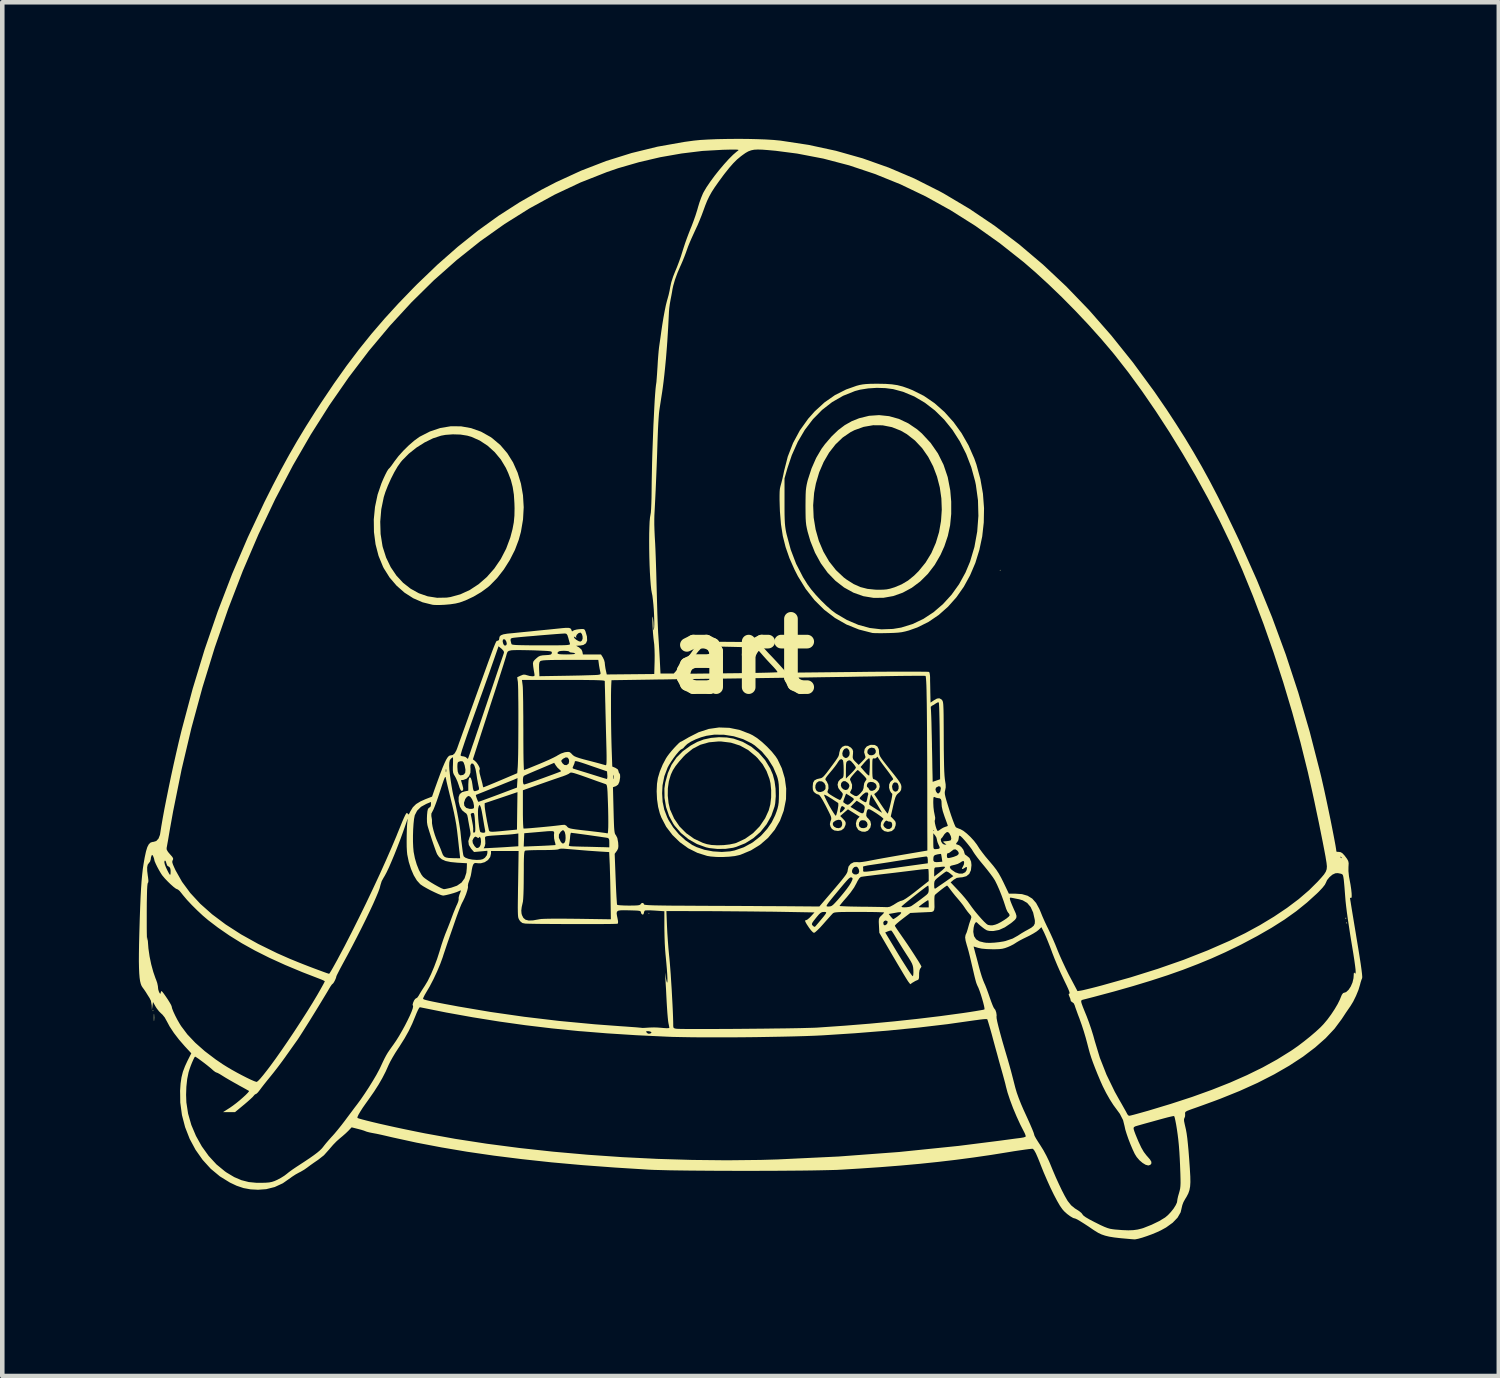
<source format=kicad_pcb>
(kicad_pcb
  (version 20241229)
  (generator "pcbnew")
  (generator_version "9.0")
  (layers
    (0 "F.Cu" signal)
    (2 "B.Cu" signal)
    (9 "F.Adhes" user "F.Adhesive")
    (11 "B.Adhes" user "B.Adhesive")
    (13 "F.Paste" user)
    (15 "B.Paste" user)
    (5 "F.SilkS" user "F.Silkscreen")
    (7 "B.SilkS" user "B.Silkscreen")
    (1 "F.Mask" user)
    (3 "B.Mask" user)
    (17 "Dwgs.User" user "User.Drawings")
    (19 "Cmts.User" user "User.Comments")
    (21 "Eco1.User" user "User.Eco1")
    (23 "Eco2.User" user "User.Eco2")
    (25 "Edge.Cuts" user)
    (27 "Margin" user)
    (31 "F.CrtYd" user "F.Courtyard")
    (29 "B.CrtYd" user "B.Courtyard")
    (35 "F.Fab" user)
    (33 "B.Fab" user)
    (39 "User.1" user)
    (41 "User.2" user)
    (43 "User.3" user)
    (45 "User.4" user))
  (footprint "art"
    (layer "F.Cu")
    (at 13.25 11.363)
    (property "Reference" "art" (at 0 0 0) (layer "F.SilkS") (effects (font (size 1.5 1.5) (thickness 0.3))))
    (attr board_only exclude_from_pos_files exclude_from_bom)
    (fp_poly (pts (xy -12.93 7.784) (xy -12.94 7.794) (xy -12.95 7.784) (xy -12.94 7.774)) (stroke (width 0) (type solid)) (fill yes) (layer "F.SilkS"))
    (fp_poly (pts (xy -2.038 5.646) (xy -2.048 5.656) (xy -2.058 5.646) (xy -2.048 5.636)) (stroke (width 0) (type solid)) (fill yes) (layer "F.SilkS"))
    (fp_poly (pts (xy 5.676 -1.889) (xy 5.666 -1.879) (xy 5.656 -1.889) (xy 5.666 -1.899)) (stroke (width 0) (type solid)) (fill yes) (layer "F.SilkS"))
    (fp_poly (pts (xy 13.263 5.742) (xy 13.265 5.766) (xy 13.263 5.769) (xy 13.251 5.766) (xy 13.25 5.755) (xy 13.257 5.739)) (stroke (width 0) (type solid)) (fill yes) (layer "F.SilkS"))
    (fp_poly (pts (xy 13.283 5.842) (xy 13.285 5.866) (xy 13.283 5.869) (xy 13.271 5.866) (xy 13.27 5.855) (xy 13.277 5.839)) (stroke (width 0) (type solid)) (fill yes) (layer "F.SilkS"))
    (fp_poly (pts (xy -12.916 7.865) (xy -12.915 7.869) (xy -12.912 7.939) (xy -12.915 7.999) (xy -12.919 8.014) (xy -12.922 7.993) (xy -12.923 7.942) (xy -12.923 7.934) (xy -12.922 7.879) (xy -12.92 7.854)) (stroke (width 0) (type solid)) (fill yes) (layer "F.SilkS"))
    (fp_poly (pts (xy -0.338 1.784) (xy -0.189 1.809) (xy 0.012 1.88) (xy 0.198 1.985) (xy 0.364 2.12) (xy 0.505 2.282) (xy 0.616 2.465) (xy 0.673 2.598) (xy 0.711 2.743) (xy 0.733 2.906) (xy 0.738 3.072) (xy 0.726 3.226) (xy 0.712 3.298) (xy 0.641 3.502) (xy 0.537 3.689) (xy 0.404 3.855) (xy 0.245 3.996) (xy 0.066 4.108) (xy -0.132 4.187) (xy -0.2 4.206) (xy -0.365 4.23) (xy -0.544 4.232) (xy -0.719 4.213) (xy -0.795 4.196) (xy -0.993 4.124) (xy -1.179 4.018) (xy -1.345 3.882) (xy -1.484 3.721) (xy -1.511 3.682) (xy -1.606 3.506) (xy -1.672 3.311) (xy -1.706 3.108) (xy -1.706 3.061) (xy -1.634 3.061) (xy -1.617 3.224) (xy -1.583 3.368) (xy -1.58 3.374) (xy -1.494 3.566) (xy -1.376 3.738) (xy -1.229 3.886) (xy -1.057 4.008) (xy -0.865 4.098) (xy -0.778 4.126) (xy -0.673 4.145) (xy -0.545 4.152) (xy -0.407 4.148) (xy -0.274 4.133) (xy -0.16 4.109) (xy -0.131 4.1) (xy 0.064 4.009) (xy 0.238 3.886) (xy 0.386 3.734) (xy 0.505 3.557) (xy 0.583 3.386) (xy 0.618 3.254) (xy 0.636 3.101) (xy 0.637 2.941) (xy 0.622 2.79) (xy 0.6 2.694) (xy 0.535 2.521) (xy 0.45 2.373) (xy 0.336 2.235) (xy 0.298 2.197) (xy 0.132 2.06) (xy -0.049 1.961) (xy -0.247 1.898) (xy -0.46 1.872) (xy -0.52 1.871) (xy -0.728 1.89) (xy -0.916 1.943) (xy -1.086 2.031) (xy -1.24 2.155) (xy -1.283 2.198) (xy -1.386 2.314) (xy -1.464 2.413) (xy -1.522 2.504) (xy -1.565 2.596) (xy -1.597 2.699) (xy -1.611 2.752) (xy -1.632 2.898) (xy -1.634 3.061) (xy -1.706 3.061) (xy -1.708 2.905) (xy -1.69 2.78) (xy -1.633 2.569) (xy -1.552 2.385) (xy -1.443 2.225) (xy -1.304 2.086) (xy -1.132 1.962) (xy -0.985 1.881) (xy -0.846 1.828) (xy -0.683 1.793) (xy -0.51 1.778)) (stroke (width 0) (type solid)) (fill yes) (layer "F.SilkS"))
    (fp_poly (pts (xy 3.227 -5.273) (xy 3.441 -5.213) (xy 3.647 -5.116) (xy 3.842 -4.984) (xy 3.947 -4.893) (xy 4.14 -4.684) (xy 4.299 -4.455) (xy 4.423 -4.205) (xy 4.514 -3.935) (xy 4.57 -3.644) (xy 4.591 -3.396) (xy 4.591 -3.124) (xy 4.567 -2.876) (xy 4.517 -2.643) (xy 4.441 -2.416) (xy 4.357 -2.228) (xy 4.228 -2.005) (xy 4.078 -1.809) (xy 3.909 -1.641) (xy 3.724 -1.503) (xy 3.526 -1.396) (xy 3.318 -1.322) (xy 3.104 -1.284) (xy 2.887 -1.282) (xy 2.669 -1.318) (xy 2.662 -1.319) (xy 2.443 -1.397) (xy 2.237 -1.511) (xy 2.048 -1.658) (xy 1.877 -1.835) (xy 1.727 -2.042) (xy 1.6 -2.274) (xy 1.497 -2.531) (xy 1.437 -2.738) (xy 1.42 -2.812) (xy 1.407 -2.88) (xy 1.399 -2.951) (xy 1.394 -3.033) (xy 1.392 -3.136) (xy 1.391 -3.268) (xy 1.391 -3.307) (xy 1.391 -3.316) (xy 1.559 -3.316) (xy 1.57 -3.046) (xy 1.613 -2.784) (xy 1.684 -2.533) (xy 1.784 -2.298) (xy 1.909 -2.083) (xy 2.059 -1.893) (xy 2.232 -1.73) (xy 2.291 -1.686) (xy 2.446 -1.587) (xy 2.595 -1.52) (xy 2.752 -1.48) (xy 2.928 -1.462) (xy 2.988 -1.461) (xy 3.093 -1.462) (xy 3.174 -1.469) (xy 3.248 -1.484) (xy 3.332 -1.51) (xy 3.348 -1.515) (xy 3.503 -1.58) (xy 3.642 -1.662) (xy 3.775 -1.77) (xy 3.873 -1.867) (xy 4.028 -2.057) (xy 4.155 -2.265) (xy 4.253 -2.49) (xy 4.324 -2.726) (xy 4.367 -2.97) (xy 4.384 -3.218) (xy 4.375 -3.466) (xy 4.34 -3.71) (xy 4.279 -3.946) (xy 4.194 -4.171) (xy 4.085 -4.38) (xy 3.952 -4.571) (xy 3.795 -4.738) (xy 3.616 -4.878) (xy 3.485 -4.954) (xy 3.288 -5.032) (xy 3.084 -5.072) (xy 2.876 -5.074) (xy 2.668 -5.038) (xy 2.465 -4.965) (xy 2.381 -4.922) (xy 2.208 -4.804) (xy 2.05 -4.653) (xy 1.909 -4.472) (xy 1.789 -4.266) (xy 1.691 -4.038) (xy 1.619 -3.794) (xy 1.58 -3.588) (xy 1.559 -3.316) (xy 1.391 -3.316) (xy 1.392 -3.445) (xy 1.394 -3.552) (xy 1.398 -3.636) (xy 1.406 -3.705) (xy 1.417 -3.769) (xy 1.432 -3.835) (xy 1.443 -3.877) (xy 1.524 -4.126) (xy 1.624 -4.354) (xy 1.742 -4.555) (xy 1.817 -4.657) (xy 1.965 -4.829) (xy 2.109 -4.967) (xy 2.255 -5.077) (xy 2.408 -5.163) (xy 2.568 -5.227) (xy 2.787 -5.281) (xy 3.007 -5.296)) (stroke (width 0) (type solid)) (fill yes) (layer "F.SilkS"))
    (fp_poly (pts (xy -6.176 -5.05) (xy -5.953 -5.01) (xy -5.736 -4.933) (xy -5.529 -4.817) (xy -5.488 -4.788) (xy -5.311 -4.638) (xy -5.159 -4.46) (xy -5.032 -4.257) (xy -4.932 -4.032) (xy -4.859 -3.791) (xy -4.814 -3.537) (xy -4.798 -3.273) (xy -4.813 -3.004) (xy -4.859 -2.733) (xy -4.908 -2.555) (xy -4.991 -2.335) (xy -5.102 -2.116) (xy -5.234 -1.907) (xy -5.381 -1.718) (xy -5.538 -1.557) (xy -5.584 -1.517) (xy -5.731 -1.409) (xy -5.901 -1.309) (xy -6.078 -1.226) (xy -6.205 -1.18) (xy -6.297 -1.158) (xy -6.413 -1.141) (xy -6.54 -1.13) (xy -6.661 -1.125) (xy -6.765 -1.127) (xy -6.805 -1.132) (xy -7.019 -1.185) (xy -7.224 -1.274) (xy -7.416 -1.397) (xy -7.59 -1.55) (xy -7.744 -1.73) (xy -7.872 -1.934) (xy -7.889 -1.968) (xy -7.986 -2.204) (xy -8.052 -2.459) (xy -8.087 -2.728) (xy -8.09 -2.956) (xy -7.949 -2.956) (xy -7.941 -2.684) (xy -7.9 -2.425) (xy -7.894 -2.398) (xy -7.82 -2.167) (xy -7.719 -1.957) (xy -7.594 -1.772) (xy -7.447 -1.613) (xy -7.281 -1.483) (xy -7.1 -1.383) (xy -6.906 -1.316) (xy -6.701 -1.284) (xy -6.489 -1.288) (xy -6.404 -1.301) (xy -6.19 -1.36) (xy -5.983 -1.455) (xy -5.788 -1.583) (xy -5.607 -1.741) (xy -5.444 -1.926) (xy -5.302 -2.134) (xy -5.184 -2.362) (xy -5.093 -2.606) (xy -5.087 -2.628) (xy -5.044 -2.791) (xy -5.016 -2.939) (xy -5.002 -3.088) (xy -4.999 -3.252) (xy -5.002 -3.357) (xy -5.014 -3.55) (xy -5.04 -3.717) (xy -5.08 -3.872) (xy -5.139 -4.026) (xy -5.19 -4.137) (xy -5.299 -4.319) (xy -5.435 -4.483) (xy -5.591 -4.624) (xy -5.763 -4.737) (xy -5.944 -4.818) (xy -6.037 -4.845) (xy -6.188 -4.869) (xy -6.354 -4.874) (xy -6.517 -4.862) (xy -6.614 -4.844) (xy -6.791 -4.786) (xy -6.974 -4.696) (xy -7.154 -4.582) (xy -7.32 -4.45) (xy -7.464 -4.305) (xy -7.499 -4.263) (xy -7.568 -4.166) (xy -7.641 -4.041) (xy -7.713 -3.899) (xy -7.78 -3.75) (xy -7.836 -3.607) (xy -7.871 -3.497) (xy -7.926 -3.23) (xy -7.949 -2.956) (xy -8.09 -2.956) (xy -8.091 -3.003) (xy -8.064 -3.28) (xy -8.007 -3.55) (xy -7.923 -3.797) (xy -7.879 -3.9) (xy -7.837 -3.99) (xy -7.8 -4.062) (xy -7.771 -4.107) (xy -7.759 -4.12) (xy -7.741 -4.138) (xy -7.706 -4.182) (xy -7.662 -4.244) (xy -7.636 -4.281) (xy -7.548 -4.396) (xy -7.44 -4.516) (xy -7.321 -4.633) (xy -7.203 -4.735) (xy -7.093 -4.815) (xy -7.08 -4.823) (xy -6.857 -4.937) (xy -6.63 -5.013) (xy -6.402 -5.051)) (stroke (width 0) (type solid)) (fill yes) (layer "F.SilkS"))
    (fp_poly (pts (xy -0.282 1.572) (xy -0.054 1.619) (xy 0.173 1.707) (xy 0.23 1.735) (xy 0.328 1.797) (xy 0.437 1.884) (xy 0.547 1.986) (xy 0.65 2.094) (xy 0.735 2.2) (xy 0.776 2.262) (xy 0.871 2.462) (xy 0.936 2.68) (xy 0.967 2.906) (xy 0.963 3.13) (xy 0.96 3.157) (xy 0.912 3.394) (xy 0.83 3.613) (xy 0.714 3.812) (xy 0.568 3.989) (xy 0.393 4.14) (xy 0.192 4.264) (xy -0.034 4.358) (xy -0.06 4.366) (xy -0.159 4.388) (xy -0.284 4.402) (xy -0.422 4.409) (xy -0.562 4.408) (xy -0.689 4.398) (xy -0.769 4.385) (xy -0.983 4.318) (xy -1.185 4.217) (xy -1.369 4.084) (xy -1.532 3.925) (xy -1.669 3.745) (xy -1.773 3.546) (xy -1.808 3.455) (xy -1.846 3.308) (xy -1.87 3.141) (xy -1.876 3.008) (xy -1.758 3.008) (xy -1.747 3.198) (xy -1.711 3.37) (xy -1.647 3.537) (xy -1.617 3.598) (xy -1.516 3.759) (xy -1.39 3.91) (xy -1.247 4.041) (xy -1.095 4.146) (xy -1.003 4.191) (xy -0.83 4.25) (xy -0.641 4.286) (xy -0.448 4.298) (xy -0.265 4.285) (xy -0.169 4.266) (xy 0.034 4.196) (xy 0.225 4.092) (xy 0.394 3.96) (xy 0.426 3.929) (xy 0.551 3.789) (xy 0.648 3.648) (xy 0.724 3.494) (xy 0.754 3.414) (xy 0.777 3.344) (xy 0.792 3.28) (xy 0.802 3.211) (xy 0.806 3.124) (xy 0.808 3.018) (xy 0.807 2.902) (xy 0.803 2.815) (xy 0.794 2.745) (xy 0.779 2.679) (xy 0.763 2.628) (xy 0.681 2.436) (xy 0.568 2.255) (xy 0.432 2.093) (xy 0.277 1.959) (xy 0.204 1.911) (xy 0.019 1.82) (xy -0.186 1.757) (xy -0.4 1.724) (xy -0.613 1.722) (xy -0.784 1.747) (xy -0.904 1.78) (xy -1.02 1.824) (xy -1.124 1.874) (xy -1.206 1.927) (xy -1.257 1.976) (xy -1.292 2.017) (xy -1.323 2.038) (xy -1.327 2.038) (xy -1.354 2.054) (xy -1.397 2.097) (xy -1.449 2.159) (xy -1.505 2.233) (xy -1.559 2.312) (xy -1.607 2.388) (xy -1.638 2.446) (xy -1.709 2.634) (xy -1.749 2.834) (xy -1.758 3.008) (xy -1.876 3.008) (xy -1.878 2.967) (xy -1.871 2.802) (xy -1.851 2.673) (xy -1.807 2.527) (xy -1.745 2.378) (xy -1.673 2.242) (xy -1.642 2.195) (xy -1.602 2.141) (xy -1.55 2.078) (xy -1.493 2.013) (xy -1.437 1.954) (xy -1.391 1.908) (xy -1.359 1.882) (xy -1.352 1.879) (xy -1.329 1.869) (xy -1.281 1.842) (xy -1.215 1.804) (xy -1.173 1.779) (xy -0.955 1.668) (xy -0.733 1.596) (xy -0.508 1.564)) (stroke (width 0) (type solid)) (fill yes) (layer "F.SilkS"))
    (fp_poly (pts (xy 3.152 -5.982) (xy 3.289 -5.972) (xy 3.41 -5.954) (xy 3.527 -5.924) (xy 3.652 -5.88) (xy 3.743 -5.843) (xy 3.99 -5.719) (xy 4.224 -5.559) (xy 4.441 -5.367) (xy 4.64 -5.146) (xy 4.818 -4.9) (xy 4.972 -4.63) (xy 5.099 -4.341) (xy 5.145 -4.21) (xy 5.232 -3.891) (xy 5.288 -3.571) (xy 5.312 -3.252) (xy 5.306 -2.938) (xy 5.272 -2.631) (xy 5.209 -2.334) (xy 5.121 -2.049) (xy 5.006 -1.779) (xy 4.868 -1.527) (xy 4.706 -1.296) (xy 4.522 -1.089) (xy 4.317 -0.907) (xy 4.092 -0.754) (xy 3.848 -0.633) (xy 3.663 -0.567) (xy 3.582 -0.545) (xy 3.507 -0.529) (xy 3.427 -0.519) (xy 3.33 -0.513) (xy 3.206 -0.509) (xy 3.197 -0.509) (xy 3.09 -0.507) (xy 2.993 -0.507) (xy 2.916 -0.508) (xy 2.866 -0.511) (xy 2.858 -0.512) (xy 2.565 -0.587) (xy 2.291 -0.697) (xy 2.037 -0.842) (xy 1.802 -1.021) (xy 1.588 -1.233) (xy 1.395 -1.479) (xy 1.224 -1.757) (xy 1.148 -1.906) (xy 1.038 -2.155) (xy 0.954 -2.397) (xy 0.892 -2.642) (xy 0.852 -2.9) (xy 0.829 -3.181) (xy 0.825 -3.291) (xy 0.822 -3.397) (xy 0.93 -3.397) (xy 0.93 -3.235) (xy 0.931 -3.107) (xy 0.934 -3.004) (xy 0.938 -2.921) (xy 0.945 -2.851) (xy 0.954 -2.786) (xy 0.966 -2.721) (xy 0.976 -2.678) (xy 1.066 -2.342) (xy 1.185 -2.03) (xy 1.337 -1.735) (xy 1.433 -1.581) (xy 1.514 -1.47) (xy 1.617 -1.348) (xy 1.732 -1.225) (xy 1.852 -1.108) (xy 1.966 -1.008) (xy 2.056 -0.941) (xy 2.3 -0.797) (xy 2.55 -0.69) (xy 2.803 -0.621) (xy 3.058 -0.591) (xy 3.311 -0.6) (xy 3.492 -0.63) (xy 3.741 -0.707) (xy 3.979 -0.82) (xy 4.203 -0.967) (xy 4.41 -1.145) (xy 4.598 -1.351) (xy 4.764 -1.583) (xy 4.904 -1.837) (xy 5.005 -2.078) (xy 5.101 -2.401) (xy 5.162 -2.738) (xy 5.188 -3.082) (xy 5.179 -3.425) (xy 5.133 -3.761) (xy 5.117 -3.839) (xy 5.032 -4.151) (xy 4.919 -4.445) (xy 4.78 -4.719) (xy 4.619 -4.971) (xy 4.436 -5.198) (xy 4.234 -5.397) (xy 4.014 -5.567) (xy 3.781 -5.705) (xy 3.534 -5.808) (xy 3.316 -5.867) (xy 3.146 -5.889) (xy 2.959 -5.895) (xy 2.769 -5.883) (xy 2.591 -5.855) (xy 2.478 -5.825) (xy 2.218 -5.721) (xy 1.976 -5.582) (xy 1.755 -5.41) (xy 1.554 -5.206) (xy 1.375 -4.971) (xy 1.22 -4.707) (xy 1.09 -4.416) (xy 0.994 -4.13) (xy 0.93 -3.907) (xy 0.93 -3.397) (xy 0.822 -3.397) (xy 0.821 -3.429) (xy 0.821 -3.535) (xy 0.823 -3.615) (xy 0.828 -3.675) (xy 0.838 -3.723) (xy 0.845 -3.75) (xy 0.862 -3.811) (xy 0.884 -3.898) (xy 0.906 -3.997) (xy 0.92 -4.067) (xy 1.001 -4.384) (xy 1.117 -4.683) (xy 1.267 -4.961) (xy 1.451 -5.218) (xy 1.593 -5.378) (xy 1.808 -5.575) (xy 2.037 -5.735) (xy 2.283 -5.859) (xy 2.512 -5.94) (xy 2.58 -5.958) (xy 2.645 -5.97) (xy 2.717 -5.978) (xy 2.806 -5.983) (xy 2.92 -5.985) (xy 2.988 -5.985)) (stroke (width 0) (type solid)) (fill yes) (layer "F.SilkS"))
    (fp_poly (pts (xy 2.912 1.948) (xy 2.969 1.982) (xy 3.001 2.045) (xy 3.006 2.101) (xy 3.007 2.133) (xy 3.014 2.163) (xy 3.028 2.197) (xy 3.055 2.24) (xy 3.096 2.297) (xy 3.156 2.374) (xy 3.237 2.476) (xy 3.251 2.494) (xy 3.337 2.601) (xy 3.4 2.682) (xy 3.444 2.743) (xy 3.473 2.789) (xy 3.489 2.824) (xy 3.496 2.855) (xy 3.497 2.877) (xy 3.49 2.936) (xy 3.463 2.979) (xy 3.433 3.005) (xy 3.405 3.03) (xy 3.383 3.06) (xy 3.364 3.103) (xy 3.345 3.167) (xy 3.322 3.26) (xy 3.316 3.287) (xy 3.263 3.519) (xy 3.322 3.579) (xy 3.361 3.624) (xy 3.374 3.664) (xy 3.37 3.713) (xy 3.342 3.79) (xy 3.286 3.839) (xy 3.204 3.857) (xy 3.197 3.857) (xy 3.122 3.84) (xy 3.068 3.796) (xy 3.042 3.733) (xy 3.046 3.688) (xy 3.102 3.688) (xy 3.104 3.724) (xy 3.131 3.76) (xy 3.179 3.791) (xy 3.233 3.794) (xy 3.276 3.768) (xy 3.294 3.727) (xy 3.294 3.682) (xy 3.279 3.646) (xy 3.252 3.633) (xy 3.251 3.633) (xy 3.206 3.628) (xy 3.188 3.617) (xy 3.162 3.609) (xy 3.135 3.633) (xy 3.129 3.641) (xy 3.102 3.688) (xy 3.046 3.688) (xy 3.048 3.66) (xy 3.061 3.631) (xy 3.086 3.592) (xy 3.103 3.575) (xy 3.095 3.56) (xy 3.059 3.528) (xy 3.002 3.486) (xy 2.947 3.448) (xy 2.864 3.396) (xy 2.808 3.365) (xy 2.772 3.358) (xy 2.75 3.373) (xy 2.737 3.411) (xy 2.728 3.452) (xy 2.725 3.504) (xy 2.744 3.54) (xy 2.765 3.559) (xy 2.814 3.619) (xy 2.83 3.692) (xy 2.814 3.765) (xy 2.765 3.827) (xy 2.76 3.831) (xy 2.699 3.855) (xy 2.628 3.851) (xy 2.563 3.822) (xy 2.547 3.808) (xy 2.508 3.744) (xy 2.502 3.705) (xy 2.562 3.705) (xy 2.579 3.748) (xy 2.621 3.772) (xy 2.676 3.775) (xy 2.725 3.758) (xy 2.738 3.747) (xy 2.755 3.7) (xy 2.742 3.65) (xy 2.705 3.612) (xy 2.684 3.605) (xy 2.633 3.601) (xy 2.6 3.611) (xy 2.569 3.651) (xy 2.562 3.705) (xy 2.502 3.705) (xy 2.498 3.669) (xy 2.517 3.597) (xy 2.539 3.566) (xy 2.58 3.523) (xy 2.451 3.442) (xy 2.323 3.362) (xy 2.238 3.435) (xy 2.153 3.509) (xy 2.218 3.574) (xy 2.259 3.62) (xy 2.274 3.658) (xy 2.27 3.703) (xy 2.238 3.776) (xy 2.179 3.822) (xy 2.105 3.837) (xy 2.024 3.826) (xy 1.97 3.792) (xy 1.94 3.741) (xy 1.926 3.688) (xy 1.931 3.664) (xy 1.992 3.664) (xy 1.993 3.708) (xy 2.022 3.745) (xy 2.069 3.77) (xy 2.121 3.776) (xy 2.167 3.759) (xy 2.174 3.753) (xy 2.196 3.708) (xy 2.195 3.654) (xy 2.173 3.609) (xy 2.158 3.597) (xy 2.111 3.591) (xy 2.055 3.608) (xy 2.008 3.64) (xy 1.992 3.664) (xy 1.931 3.664) (xy 1.936 3.636) (xy 1.943 3.616) (xy 1.954 3.588) (xy 1.957 3.562) (xy 1.952 3.53) (xy 1.936 3.487) (xy 1.906 3.424) (xy 1.861 3.335) (xy 1.84 3.293) (xy 1.777 3.176) (xy 1.728 3.094) (xy 1.693 3.048) (xy 1.68 3.041) (xy 1.801 3.041) (xy 1.803 3.06) (xy 1.823 3.107) (xy 1.856 3.175) (xy 1.9 3.259) (xy 1.913 3.284) (xy 1.962 3.368) (xy 2.005 3.437) (xy 2.037 3.484) (xy 2.056 3.504) (xy 2.058 3.503) (xy 2.07 3.477) (xy 2.084 3.425) (xy 2.146 3.425) (xy 2.162 3.434) (xy 2.198 3.408) (xy 2.22 3.386) (xy 2.251 3.35) (xy 2.256 3.33) (xy 2.236 3.311) (xy 2.232 3.308) (xy 2.378 3.308) (xy 2.513 3.389) (xy 2.585 3.431) (xy 2.631 3.45) (xy 2.659 3.444) (xy 2.675 3.412) (xy 2.687 3.357) (xy 2.692 3.316) (xy 2.683 3.287) (xy 2.653 3.259) (xy 2.633 3.246) (xy 2.791 3.246) (xy 2.794 3.26) (xy 2.815 3.276) (xy 2.859 3.305) (xy 2.916 3.341) (xy 2.975 3.379) (xy 3.028 3.411) (xy 3.063 3.432) (xy 3.072 3.437) (xy 3.064 3.421) (xy 3.039 3.378) (xy 3.001 3.314) (xy 2.954 3.236) (xy 2.953 3.235) (xy 2.83 3.033) (xy 2.805 3.14) (xy 2.794 3.202) (xy 2.791 3.246) (xy 2.633 3.246) (xy 2.607 3.23) (xy 2.515 3.172) (xy 2.446 3.24) (xy 2.378 3.308) (xy 2.232 3.308) (xy 2.229 3.306) (xy 2.199 3.29) (xy 2.179 3.3) (xy 2.161 3.341) (xy 2.151 3.382) (xy 2.146 3.425) (xy 2.084 3.425) (xy 2.085 3.423) (xy 2.099 3.36) (xy 2.112 3.278) (xy 2.111 3.23) (xy 2.105 3.221) (xy 2.079 3.204) (xy 2.069 3.197) (xy 2.22 3.197) (xy 2.22 3.205) (xy 2.276 3.246) (xy 2.314 3.262) (xy 2.347 3.252) (xy 2.387 3.218) (xy 2.397 3.208) (xy 2.438 3.166) (xy 2.453 3.141) (xy 2.445 3.124) (xy 2.44 3.12) (xy 2.578 3.12) (xy 2.593 3.139) (xy 2.63 3.166) (xy 2.674 3.192) (xy 2.709 3.206) (xy 2.72 3.206) (xy 2.732 3.183) (xy 2.745 3.136) (xy 2.747 3.126) (xy 2.758 3.071) (xy 2.769 3.032) (xy 2.77 3.029) (xy 2.763 3.001) (xy 2.746 2.99) (xy 2.706 2.994) (xy 2.653 3.033) (xy 2.645 3.041) (xy 2.605 3.082) (xy 2.581 3.112) (xy 2.578 3.12) (xy 2.44 3.12) (xy 2.427 3.109) (xy 2.38 3.077) (xy 2.335 3.049) (xy 2.282 3.017) (xy 2.247 3.108) (xy 2.228 3.162) (xy 2.22 3.197) (xy 2.069 3.197) (xy 2.03 3.172) (xy 1.967 3.13) (xy 1.952 3.121) (xy 1.888 3.081) (xy 1.835 3.052) (xy 1.804 3.041) (xy 1.801 3.041) (xy 1.68 3.041) (xy 1.676 3.038) (xy 1.637 3.026) (xy 1.596 2.999) (xy 1.566 2.967) (xy 1.552 2.925) (xy 1.55 2.89) (xy 1.606 2.89) (xy 1.624 2.942) (xy 1.664 2.976) (xy 1.664 2.976) (xy 1.724 2.982) (xy 1.782 2.963) (xy 1.822 2.926) (xy 1.83 2.907) (xy 1.831 2.84) (xy 1.803 2.784) (xy 1.754 2.749) (xy 1.693 2.744) (xy 1.679 2.748) (xy 1.635 2.779) (xy 1.61 2.831) (xy 1.606 2.89) (xy 1.55 2.89) (xy 1.549 2.858) (xy 1.557 2.779) (xy 1.586 2.728) (xy 1.642 2.698) (xy 1.646 2.697) (xy 1.827 2.697) (xy 1.831 2.715) (xy 1.844 2.735) (xy 1.857 2.75) (xy 1.891 2.822) (xy 1.896 2.902) (xy 1.878 2.958) (xy 1.872 2.979) (xy 1.884 3.001) (xy 1.917 3.028) (xy 1.98 3.068) (xy 1.993 3.076) (xy 2.06 3.115) (xy 2.114 3.143) (xy 2.146 3.157) (xy 2.149 3.157) (xy 2.169 3.141) (xy 2.191 3.099) (xy 2.196 3.087) (xy 2.21 3.04) (xy 2.205 3.009) (xy 2.177 2.975) (xy 2.16 2.959) (xy 2.111 2.893) (xy 2.099 2.839) (xy 2.167 2.839) (xy 2.185 2.886) (xy 2.22 2.921) (xy 2.264 2.938) (xy 2.307 2.931) (xy 2.337 2.899) (xy 2.356 2.849) (xy 2.345 2.809) (xy 2.318 2.778) (xy 2.265 2.743) (xy 2.216 2.744) (xy 2.179 2.78) (xy 2.175 2.787) (xy 2.167 2.839) (xy 2.099 2.839) (xy 2.095 2.821) (xy 2.111 2.754) (xy 2.146 2.713) (xy 2.369 2.713) (xy 2.381 2.739) (xy 2.386 2.748) (xy 2.414 2.823) (xy 2.411 2.901) (xy 2.387 2.953) (xy 2.37 2.983) (xy 2.375 3.004) (xy 2.409 3.029) (xy 2.422 3.037) (xy 2.475 3.067) (xy 2.513 3.073) (xy 2.549 3.054) (xy 2.598 3.008) (xy 2.599 3.007) (xy 2.646 2.95) (xy 2.666 2.895) (xy 2.669 2.857) (xy 2.67 2.852) (xy 2.738 2.852) (xy 2.748 2.876) (xy 2.755 2.878) (xy 2.774 2.894) (xy 2.784 2.918) (xy 2.809 2.949) (xy 2.853 2.957) (xy 2.903 2.938) (xy 2.921 2.925) (xy 2.954 2.876) (xy 2.947 2.826) (xy 2.925 2.794) (xy 2.878 2.766) (xy 2.819 2.759) (xy 2.769 2.775) (xy 2.762 2.782) (xy 2.743 2.815) (xy 2.738 2.852) (xy 2.67 2.852) (xy 2.681 2.786) (xy 2.708 2.738) (xy 2.726 2.715) (xy 2.73 2.695) (xy 2.714 2.669) (xy 2.677 2.627) (xy 2.647 2.597) (xy 2.597 2.548) (xy 2.558 2.512) (xy 2.537 2.498) (xy 2.537 2.498) (xy 2.519 2.512) (xy 2.483 2.549) (xy 2.439 2.599) (xy 2.394 2.653) (xy 2.372 2.688) (xy 2.369 2.713) (xy 2.146 2.713) (xy 2.158 2.7) (xy 2.177 2.689) (xy 2.203 2.674) (xy 2.218 2.655) (xy 2.226 2.623) (xy 2.229 2.569) (xy 2.229 2.503) (xy 2.278 2.503) (xy 2.278 2.687) (xy 2.388 2.578) (xy 2.44 2.524) (xy 2.479 2.478) (xy 2.497 2.45) (xy 2.498 2.447) (xy 2.491 2.432) (xy 2.601 2.432) (xy 2.694 2.539) (xy 2.742 2.59) (xy 2.776 2.617) (xy 2.791 2.618) (xy 2.792 2.617) (xy 2.794 2.585) (xy 2.798 2.524) (xy 2.801 2.466) (xy 2.858 2.466) (xy 2.859 2.569) (xy 2.862 2.638) (xy 2.869 2.679) (xy 2.879 2.696) (xy 2.885 2.698) (xy 2.919 2.709) (xy 2.963 2.738) (xy 2.965 2.739) (xy 3.009 2.796) (xy 3.021 2.865) (xy 3 2.933) (xy 2.958 2.981) (xy 2.899 3.028) (xy 3.041 3.243) (xy 3.095 3.323) (xy 3.142 3.39) (xy 3.176 3.436) (xy 3.194 3.457) (xy 3.195 3.457) (xy 3.204 3.439) (xy 3.22 3.389) (xy 3.24 3.316) (xy 3.259 3.237) (xy 3.279 3.15) (xy 3.292 3.079) (xy 3.297 3.033) (xy 3.295 3.018) (xy 3.276 3.002) (xy 3.25 2.962) (xy 3.246 2.955) (xy 3.226 2.887) (xy 3.227 2.866) (xy 3.292 2.866) (xy 3.304 2.926) (xy 3.334 2.964) (xy 3.374 2.975) (xy 3.413 2.954) (xy 3.435 2.909) (xy 3.436 2.851) (xy 3.419 2.8) (xy 3.395 2.777) (xy 3.348 2.769) (xy 3.312 2.795) (xy 3.293 2.848) (xy 3.292 2.866) (xy 3.227 2.866) (xy 3.228 2.818) (xy 3.252 2.762) (xy 3.278 2.737) (xy 3.309 2.713) (xy 3.317 2.697) (xy 3.306 2.675) (xy 3.274 2.627) (xy 3.227 2.561) (xy 3.168 2.482) (xy 3.148 2.456) (xy 3.086 2.374) (xy 3.034 2.302) (xy 2.997 2.247) (xy 2.978 2.215) (xy 2.977 2.211) (xy 2.969 2.206) (xy 2.957 2.221) (xy 2.923 2.245) (xy 2.898 2.244) (xy 2.881 2.242) (xy 2.869 2.249) (xy 2.862 2.273) (xy 2.859 2.32) (xy 2.858 2.397) (xy 2.858 2.466) (xy 2.801 2.466) (xy 2.802 2.445) (xy 2.803 2.413) (xy 2.805 2.316) (xy 2.8 2.258) (xy 2.789 2.238) (xy 2.766 2.252) (xy 2.726 2.289) (xy 2.684 2.335) (xy 2.601 2.432) (xy 2.491 2.432) (xy 2.486 2.42) (xy 2.455 2.376) (xy 2.432 2.349) (xy 2.391 2.304) (xy 2.362 2.286) (xy 2.336 2.289) (xy 2.322 2.296) (xy 2.301 2.31) (xy 2.288 2.332) (xy 2.281 2.37) (xy 2.279 2.432) (xy 2.278 2.503) (xy 2.229 2.503) (xy 2.229 2.485) (xy 2.229 2.485) (xy 2.227 2.402) (xy 2.222 2.334) (xy 2.215 2.291) (xy 2.212 2.283) (xy 2.18 2.259) (xy 2.143 2.272) (xy 2.109 2.317) (xy 2.082 2.36) (xy 2.037 2.422) (xy 1.984 2.489) (xy 1.973 2.502) (xy 1.907 2.581) (xy 1.862 2.636) (xy 1.837 2.673) (xy 1.827 2.697) (xy 1.646 2.697) (xy 1.698 2.685) (xy 1.726 2.679) (xy 1.751 2.669) (xy 1.778 2.649) (xy 1.81 2.615) (xy 1.853 2.563) (xy 1.91 2.487) (xy 1.983 2.389) (xy 2.044 2.306) (xy 2.085 2.246) (xy 2.111 2.204) (xy 2.124 2.171) (xy 2.13 2.14) (xy 2.131 2.132) (xy 2.199 2.132) (xy 2.206 2.183) (xy 2.233 2.217) (xy 2.271 2.235) (xy 2.3 2.23) (xy 2.327 2.212) (xy 2.355 2.172) (xy 2.361 2.119) (xy 2.349 2.067) (xy 2.32 2.029) (xy 2.287 2.018) (xy 2.244 2.036) (xy 2.214 2.078) (xy 2.199 2.132) (xy 2.131 2.132) (xy 2.132 2.121) (xy 2.153 2.044) (xy 2.197 1.99) (xy 2.257 1.964) (xy 2.323 1.968) (xy 2.387 2.006) (xy 2.392 2.01) (xy 2.423 2.047) (xy 2.436 2.086) (xy 2.434 2.142) (xy 2.432 2.157) (xy 2.427 2.218) (xy 2.437 2.258) (xy 2.467 2.297) (xy 2.49 2.32) (xy 2.559 2.387) (xy 2.64 2.305) (xy 2.686 2.256) (xy 2.707 2.224) (xy 2.706 2.197) (xy 2.7 2.182) (xy 2.678 2.107) (xy 2.748 2.107) (xy 2.758 2.138) (xy 2.796 2.172) (xy 2.852 2.175) (xy 2.899 2.158) (xy 2.931 2.122) (xy 2.935 2.073) (xy 2.913 2.03) (xy 2.897 2.018) (xy 2.842 2.006) (xy 2.792 2.022) (xy 2.757 2.058) (xy 2.748 2.107) (xy 2.678 2.107) (xy 2.678 2.105) (xy 2.691 2.036) (xy 2.736 1.981) (xy 2.809 1.949) (xy 2.828 1.945)) (stroke (width 0) (type solid)) (fill yes) (layer "F.SilkS"))
    (fp_poly (pts (xy 0.106 -11.362) (xy 0.32 -11.357) (xy 0.518 -11.35) (xy 0.693 -11.339) (xy 0.837 -11.325) (xy 0.839 -11.325) (xy 1.458 -11.231) (xy 2.06 -11.101) (xy 2.646 -10.935) (xy 3.219 -10.732) (xy 3.782 -10.492) (xy 4.335 -10.213) (xy 4.427 -10.163) (xy 4.992 -9.827) (xy 5.544 -9.455) (xy 6.082 -9.047) (xy 6.607 -8.602) (xy 7.12 -8.12) (xy 7.62 -7.601) (xy 8.108 -7.044) (xy 8.584 -6.45) (xy 9.048 -5.818) (xy 9.325 -5.415) (xy 9.532 -5.098) (xy 9.728 -4.789) (xy 9.914 -4.48) (xy 10.094 -4.167) (xy 10.272 -3.842) (xy 10.45 -3.5) (xy 10.632 -3.136) (xy 10.821 -2.743) (xy 10.941 -2.489) (xy 11.305 -1.672) (xy 11.638 -0.856) (xy 11.94 -0.035) (xy 12.214 0.799) (xy 12.463 1.652) (xy 12.689 2.531) (xy 12.719 2.654) (xy 12.749 2.786) (xy 12.783 2.936) (xy 12.818 3.098) (xy 12.854 3.267) (xy 12.89 3.439) (xy 12.925 3.608) (xy 12.957 3.77) (xy 12.986 3.918) (xy 13.011 4.049) (xy 13.031 4.157) (xy 13.044 4.237) (xy 13.05 4.284) (xy 13.05 4.289) (xy 13.067 4.295) (xy 13.106 4.297) (xy 13.147 4.304) (xy 13.186 4.329) (xy 13.231 4.378) (xy 13.284 4.449) (xy 13.31 4.495) (xy 13.32 4.543) (xy 13.317 4.612) (xy 13.316 4.621) (xy 13.315 4.718) (xy 13.327 4.835) (xy 13.338 4.894) (xy 13.36 5.012) (xy 13.376 5.118) (xy 13.385 5.206) (xy 13.387 5.27) (xy 13.382 5.304) (xy 13.373 5.308) (xy 13.352 5.304) (xy 13.349 5.31) (xy 13.352 5.332) (xy 13.362 5.39) (xy 13.376 5.479) (xy 13.395 5.595) (xy 13.418 5.734) (xy 13.444 5.892) (xy 13.473 6.065) (xy 13.492 6.183) (xy 13.53 6.412) (xy 13.561 6.604) (xy 13.585 6.76) (xy 13.602 6.882) (xy 13.613 6.973) (xy 13.618 7.034) (xy 13.617 7.067) (xy 13.615 7.072) (xy 13.6 7.109) (xy 13.581 7.169) (xy 13.57 7.214) (xy 13.535 7.329) (xy 13.482 7.458) (xy 13.42 7.584) (xy 13.356 7.689) (xy 13.352 7.694) (xy 13.314 7.749) (xy 13.261 7.826) (xy 13.204 7.913) (xy 13.165 7.972) (xy 13.01 8.18) (xy 12.815 8.388) (xy 12.584 8.592) (xy 12.318 8.794) (xy 12.017 8.991) (xy 11.684 9.183) (xy 11.32 9.369) (xy 10.926 9.547) (xy 10.505 9.717) (xy 10.372 9.767) (xy 10.254 9.81) (xy 10.128 9.856) (xy 10.011 9.898) (xy 9.915 9.932) (xy 9.911 9.933) (xy 9.825 9.964) (xy 9.77 9.986) (xy 9.74 10.004) (xy 9.728 10.022) (xy 9.727 10.046) (xy 9.729 10.056) (xy 9.727 10.107) (xy 9.714 10.14) (xy 9.704 10.165) (xy 9.705 10.208) (xy 9.719 10.277) (xy 9.73 10.325) (xy 9.747 10.399) (xy 9.762 10.484) (xy 9.776 10.586) (xy 9.789 10.71) (xy 9.803 10.859) (xy 9.817 11.038) (xy 9.832 11.253) (xy 9.833 11.275) (xy 9.842 11.428) (xy 9.844 11.548) (xy 9.838 11.645) (xy 9.823 11.726) (xy 9.798 11.798) (xy 9.761 11.869) (xy 9.729 11.921) (xy 9.692 11.988) (xy 9.667 12.054) (xy 9.659 12.088) (xy 9.63 12.212) (xy 9.562 12.33) (xy 9.455 12.441) (xy 9.311 12.545) (xy 9.193 12.61) (xy 9.102 12.652) (xy 8.998 12.695) (xy 8.891 12.734) (xy 8.789 12.768) (xy 8.7 12.793) (xy 8.635 12.806) (xy 8.613 12.807) (xy 8.56 12.803) (xy 8.493 12.797) (xy 8.483 12.796) (xy 8.312 12.781) (xy 8.174 12.765) (xy 8.062 12.747) (xy 7.971 12.725) (xy 7.892 12.698) (xy 7.82 12.664) (xy 7.748 12.62) (xy 7.708 12.594) (xy 7.603 12.522) (xy 7.506 12.459) (xy 7.423 12.407) (xy 7.36 12.37) (xy 7.322 12.352) (xy 7.315 12.35) (xy 7.269 12.337) (xy 7.206 12.3) (xy 7.137 12.249) (xy 7.072 12.19) (xy 7.031 12.143) (xy 6.978 12.067) (xy 6.915 11.958) (xy 6.845 11.825) (xy 6.77 11.671) (xy 6.695 11.505) (xy 6.62 11.331) (xy 6.55 11.156) (xy 6.549 11.151) (xy 6.494 11.015) (xy 6.45 10.915) (xy 6.414 10.851) (xy 6.387 10.82) (xy 6.383 10.818) (xy 6.355 10.818) (xy 6.295 10.824) (xy 6.206 10.836) (xy 6.095 10.852) (xy 5.967 10.871) (xy 5.859 10.889) (xy 5.468 10.952) (xy 5.083 11.008) (xy 4.698 11.059) (xy 4.307 11.105) (xy 3.905 11.147) (xy 3.485 11.185) (xy 3.042 11.22) (xy 2.569 11.252) (xy 2.188 11.275) (xy 2.074 11.281) (xy 1.924 11.285) (xy 1.743 11.289) (xy 1.534 11.293) (xy 1.301 11.296) (xy 1.05 11.298) (xy 0.784 11.3) (xy 0.507 11.301) (xy 0.224 11.302) (xy -0.062 11.302) (xy -0.346 11.301) (xy -0.624 11.3) (xy -0.891 11.298) (xy -1.144 11.296) (xy -1.379 11.293) (xy -1.591 11.29) (xy -1.776 11.285) (xy -1.93 11.281) (xy -2.048 11.276) (xy -2.048 11.276) (xy -2.797 11.229) (xy -3.51 11.176) (xy -4.188 11.115) (xy -4.834 11.045) (xy -5.451 10.968) (xy -6.042 10.882) (xy -6.609 10.786) (xy -7.154 10.682) (xy -7.68 10.567) (xy -7.834 10.531) (xy -7.93 10.509) (xy -8.028 10.488) (xy -8.109 10.473) (xy -8.12 10.471) (xy -8.189 10.457) (xy -8.246 10.442) (xy -8.27 10.433) (xy -8.306 10.419) (xy -8.367 10.4) (xy -8.44 10.381) (xy -8.577 10.346) (xy -8.651 10.424) (xy -8.707 10.478) (xy -8.779 10.541) (xy -8.84 10.592) (xy -8.908 10.652) (xy -8.984 10.73) (xy -9.054 10.811) (xy -9.067 10.827) (xy -9.186 10.96) (xy -9.32 11.065) (xy -9.321 11.065) (xy -9.4 11.119) (xy -9.478 11.174) (xy -9.54 11.22) (xy -9.546 11.225) (xy -9.617 11.275) (xy -9.699 11.323) (xy -9.73 11.338) (xy -9.808 11.381) (xy -9.888 11.433) (xy -9.916 11.454) (xy -10.089 11.575) (xy -10.266 11.657) (xy -10.453 11.704) (xy -10.632 11.717) (xy -10.799 11.708) (xy -10.952 11.68) (xy -11.103 11.629) (xy -11.251 11.559) (xy -11.471 11.423) (xy -11.672 11.256) (xy -11.85 11.06) (xy -12.005 10.84) (xy -12.134 10.6) (xy -12.234 10.344) (xy -12.304 10.076) (xy -12.341 9.801) (xy -12.343 9.632) (xy -12.213 9.632) (xy -12.207 9.798) (xy -12.169 10.046) (xy -12.098 10.294) (xy -11.996 10.535) (xy -11.868 10.764) (xy -11.717 10.974) (xy -11.546 11.16) (xy -11.359 11.314) (xy -11.323 11.339) (xy -11.156 11.439) (xy -10.997 11.507) (xy -10.836 11.548) (xy -10.661 11.565) (xy -10.562 11.565) (xy -10.46 11.562) (xy -10.386 11.556) (xy -10.327 11.544) (xy -10.272 11.526) (xy -10.211 11.499) (xy -10.132 11.457) (xy -10.055 11.409) (xy -10.004 11.37) (xy -9.952 11.328) (xy -9.879 11.275) (xy -9.798 11.22) (xy -9.772 11.203) (xy -9.622 11.105) (xy -9.502 11.025) (xy -9.407 10.958) (xy -9.334 10.903) (xy -9.278 10.856) (xy -9.234 10.813) (xy -9.199 10.771) (xy -9.196 10.766) (xy -9.142 10.698) (xy -9.074 10.619) (xy -9.007 10.544) (xy -9.004 10.542) (xy -8.95 10.481) (xy -8.88 10.397) (xy -8.803 10.301) (xy -8.727 10.202) (xy -8.707 10.175) (xy -8.681 10.14) (xy -8.45 10.14) (xy -8.45 10.14) (xy -8.415 10.153) (xy -8.345 10.173) (xy -8.245 10.199) (xy -8.12 10.23) (xy -7.973 10.265) (xy -7.809 10.302) (xy -7.633 10.341) (xy -7.45 10.38) (xy -7.262 10.419) (xy -7.076 10.457) (xy -6.965 10.479) (xy -6.303 10.599) (xy -5.61 10.706) (xy -4.89 10.8) (xy -4.149 10.881) (xy -3.394 10.948) (xy -2.629 11.001) (xy -1.861 11.039) (xy -1.095 11.062) (xy -0.338 11.07) (xy 0.405 11.062) (xy 0.779 11.051) (xy 2.118 10.987) (xy 3.443 10.888) (xy 4.751 10.754) (xy 5.646 10.641) (xy 5.772 10.624) (xy 5.89 10.608) (xy 5.994 10.594) (xy 6.074 10.584) (xy 6.121 10.578) (xy 6.179 10.568) (xy 6.218 10.555) (xy 6.227 10.549) (xy 6.224 10.523) (xy 6.206 10.477) (xy 6.196 10.457) (xy 6.11 10.289) (xy 6.027 10.108) (xy 5.949 9.923) (xy 5.882 9.744) (xy 5.828 9.581) (xy 5.794 9.453) (xy 5.779 9.389) (xy 5.755 9.299) (xy 5.727 9.196) (xy 5.701 9.103) (xy 5.674 9.009) (xy 5.64 8.887) (xy 5.602 8.746) (xy 5.561 8.598) (xy 5.521 8.451) (xy 5.514 8.425) (xy 5.48 8.298) (xy 5.448 8.184) (xy 5.42 8.089) (xy 5.399 8.019) (xy 5.385 7.978) (xy 5.381 7.971) (xy 5.357 7.968) (xy 5.301 7.971) (xy 5.221 7.98) (xy 5.127 7.993) (xy 5.116 7.994) (xy 4.51 8.08) (xy 3.866 8.156) (xy 3.187 8.223) (xy 2.474 8.28) (xy 1.779 8.325) (xy 1.596 8.334) (xy 1.38 8.342) (xy 1.137 8.349) (xy 0.873 8.355) (xy 0.592 8.36) (xy 0.302 8.365) (xy 0.008 8.368) (xy -0.285 8.37) (xy -0.571 8.37) (xy -0.844 8.37) (xy -1.099 8.368) (xy -1.329 8.364) (xy -1.528 8.36) (xy -1.649 8.355) (xy -2.324 8.323) (xy -2.966 8.282) (xy -3.522 8.237) (xy -2.108 8.237) (xy -2.106 8.254) (xy -2.098 8.263) (xy -2.069 8.289) (xy -2.033 8.289) (xy -2.008 8.281) (xy -1.991 8.265) (xy -2.005 8.248) (xy -2.043 8.236) (xy -2.076 8.234) (xy -2.108 8.237) (xy -3.522 8.237) (xy -3.582 8.233) (xy -4.179 8.173) (xy -4.763 8.103) (xy -5.34 8.022) (xy -5.918 7.929) (xy -6.502 7.824) (xy -7.079 7.708) (xy -7.095 7.724) (xy -7.12 7.769) (xy -7.151 7.837) (xy -7.174 7.894) (xy -7.246 8.068) (xy -7.324 8.231) (xy -7.416 8.395) (xy -7.528 8.573) (xy -7.556 8.615) (xy -7.619 8.712) (xy -7.678 8.811) (xy -7.728 8.901) (xy -7.762 8.97) (xy -7.764 8.974) (xy -7.83 9.122) (xy -7.903 9.264) (xy -7.986 9.408) (xy -8.085 9.563) (xy -8.205 9.735) (xy -8.271 9.827) (xy -8.334 9.917) (xy -8.386 9.999) (xy -8.426 10.067) (xy -8.448 10.116) (xy -8.45 10.14) (xy -8.681 10.14) (xy -8.637 10.081) (xy -8.57 9.992) (xy -8.513 9.915) (xy -8.47 9.859) (xy -8.459 9.845) (xy -8.378 9.735) (xy -8.289 9.605) (xy -8.198 9.466) (xy -8.111 9.325) (xy -8.033 9.193) (xy -7.972 9.079) (xy -7.949 9.033) (xy -7.897 8.921) (xy -7.856 8.836) (xy -7.82 8.768) (xy -7.784 8.707) (xy -7.742 8.645) (xy -7.689 8.57) (xy -7.662 8.533) (xy -7.6 8.443) (xy -7.535 8.339) (xy -7.47 8.226) (xy -7.407 8.112) (xy -7.35 8) (xy -7.3 7.896) (xy -7.261 7.806) (xy -7.236 7.736) (xy -7.227 7.69) (xy -7.231 7.676) (xy -7.238 7.651) (xy -7.227 7.609) (xy -7.207 7.562) (xy -7.182 7.526) (xy -7.173 7.52) (xy -7.009 7.52) (xy -7.008 7.523) (xy -7 7.531) (xy -6.977 7.541) (xy -6.936 7.553) (xy -6.874 7.568) (xy -6.789 7.586) (xy -6.675 7.609) (xy -6.531 7.637) (xy -6.352 7.67) (xy -6.235 7.692) (xy -5.527 7.812) (xy -4.788 7.918) (xy -4.023 8.009) (xy -3.238 8.083) (xy -2.688 8.124) (xy -2.554 8.133) (xy -2.434 8.142) (xy -2.334 8.149) (xy -2.259 8.156) (xy -2.214 8.16) (xy -2.203 8.162) (xy -2.182 8.163) (xy -2.134 8.161) (xy -2.103 8.159) (xy -2.025 8.154) (xy -1.946 8.152) (xy -1.928 8.152) (xy -1.863 8.154) (xy -1.78 8.16) (xy -1.724 8.165) (xy -1.659 8.169) (xy -1.614 8.167) (xy -1.599 8.16) (xy -1.604 8.132) (xy -1.614 8.081) (xy -1.619 8.059) (xy -1.626 8.014) (xy -1.634 7.936) (xy -1.643 7.833) (xy -1.651 7.713) (xy -1.659 7.584) (xy -1.66 7.56) (xy -1.667 7.428) (xy -1.673 7.303) (xy -1.68 7.193) (xy -1.685 7.106) (xy -1.688 7.05) (xy -1.689 7.044) (xy -1.696 6.945) (xy -1.677 7.053) (xy -1.663 7.127) (xy -1.652 7.164) (xy -1.645 7.166) (xy -1.641 7.135) (xy -1.642 7.074) (xy -1.646 6.984) (xy -1.654 6.869) (xy -1.666 6.731) (xy -1.681 6.572) (xy -1.683 6.555) (xy -1.692 6.445) (xy -1.7 6.31) (xy -1.705 6.162) (xy -1.708 6.017) (xy -1.709 5.952) (xy -1.709 5.6) (xy -1.768 5.596) (xy -1.664 5.596) (xy -1.651 5.93) (xy -1.644 6.073) (xy -1.633 6.238) (xy -1.62 6.408) (xy -1.605 6.567) (xy -1.599 6.625) (xy -1.59 6.722) (xy -1.58 6.847) (xy -1.569 6.992) (xy -1.559 7.152) (xy -1.548 7.319) (xy -1.539 7.488) (xy -1.53 7.65) (xy -1.523 7.801) (xy -1.518 7.932) (xy -1.515 8.037) (xy -1.514 8.111) (xy -1.515 8.117) (xy -1.509 8.156) (xy -1.483 8.174) (xy -1.452 8.18) (xy -1.414 8.183) (xy -1.34 8.185) (xy -1.234 8.186) (xy -1.099 8.187) (xy -0.94 8.187) (xy -0.761 8.187) (xy -0.566 8.186) (xy -0.358 8.185) (xy -0.142 8.184) (xy 0.079 8.182) (xy 0.301 8.18) (xy 0.52 8.178) (xy 0.731 8.175) (xy 0.931 8.173) (xy 1.116 8.17) (xy 1.282 8.167) (xy 1.425 8.163) (xy 1.542 8.16) (xy 1.627 8.157) (xy 1.659 8.155) (xy 2.249 8.114) (xy 2.806 8.069) (xy 3.337 8.019) (xy 3.849 7.964) (xy 4.348 7.904) (xy 4.841 7.837) (xy 4.876 7.832) (xy 5.003 7.813) (xy 5.116 7.795) (xy 5.21 7.779) (xy 5.279 7.767) (xy 5.316 7.758) (xy 5.321 7.756) (xy 5.322 7.732) (xy 5.312 7.679) (xy 5.294 7.606) (xy 5.27 7.521) (xy 5.243 7.433) (xy 5.215 7.351) (xy 5.189 7.283) (xy 5.174 7.252) (xy 5.161 7.224) (xy 5.149 7.194) (xy 5.136 7.156) (xy 5.122 7.104) (xy 5.104 7.034) (xy 5.082 6.939) (xy 5.053 6.815) (xy 5.025 6.695) (xy 5 6.589) (xy 4.974 6.485) (xy 4.949 6.396) (xy 4.943 6.375) (xy 5.084 6.375) (xy 5.087 6.393) (xy 5.099 6.437) (xy 5.11 6.48) (xy 5.126 6.541) (xy 5.15 6.628) (xy 5.177 6.731) (xy 5.204 6.835) (xy 5.233 6.938) (xy 5.263 7.036) (xy 5.292 7.117) (xy 5.314 7.17) (xy 5.314 7.171) (xy 5.338 7.224) (xy 5.37 7.305) (xy 5.405 7.401) (xy 5.435 7.488) (xy 5.467 7.579) (xy 5.496 7.655) (xy 5.519 7.708) (xy 5.533 7.732) (xy 5.533 7.732) (xy 5.56 7.767) (xy 5.58 7.824) (xy 5.589 7.884) (xy 5.586 7.912) (xy 5.588 7.95) (xy 5.602 8.025) (xy 5.628 8.133) (xy 5.665 8.274) (xy 5.712 8.445) (xy 5.77 8.644) (xy 5.832 8.853) (xy 5.864 8.965) (xy 5.902 9.101) (xy 5.945 9.266) (xy 5.996 9.465) (xy 6.004 9.494) (xy 6.032 9.588) (xy 6.074 9.705) (xy 6.124 9.832) (xy 6.177 9.955) (xy 6.183 9.968) (xy 6.262 10.14) (xy 6.324 10.278) (xy 6.369 10.383) (xy 6.399 10.458) (xy 6.413 10.503) (xy 6.415 10.515) (xy 6.426 10.541) (xy 6.454 10.592) (xy 6.497 10.661) (xy 6.547 10.738) (xy 6.616 10.849) (xy 6.682 10.971) (xy 6.738 11.087) (xy 6.756 11.129) (xy 6.821 11.287) (xy 6.889 11.446) (xy 6.958 11.597) (xy 7.024 11.735) (xy 7.084 11.851) (xy 7.135 11.94) (xy 7.151 11.966) (xy 7.225 12.059) (xy 7.308 12.127) (xy 7.344 12.149) (xy 7.405 12.189) (xy 7.453 12.229) (xy 7.473 12.257) (xy 7.495 12.284) (xy 7.547 12.322) (xy 7.631 12.371) (xy 7.75 12.433) (xy 7.761 12.438) (xy 7.87 12.493) (xy 7.954 12.531) (xy 8.021 12.557) (xy 8.079 12.574) (xy 8.139 12.584) (xy 8.187 12.59) (xy 8.35 12.603) (xy 8.481 12.608) (xy 8.59 12.604) (xy 8.685 12.591) (xy 8.774 12.569) (xy 8.81 12.558) (xy 8.992 12.486) (xy 9.161 12.404) (xy 9.289 12.326) (xy 9.351 12.274) (xy 9.415 12.206) (xy 9.474 12.132) (xy 9.52 12.059) (xy 9.548 11.999) (xy 9.553 11.973) (xy 9.559 11.927) (xy 9.574 11.859) (xy 9.594 11.791) (xy 9.608 11.74) (xy 9.619 11.691) (xy 9.625 11.637) (xy 9.628 11.569) (xy 9.627 11.481) (xy 9.624 11.363) (xy 9.622 11.312) (xy 9.617 11.174) (xy 9.61 11.028) (xy 9.602 10.889) (xy 9.593 10.768) (xy 9.589 10.722) (xy 9.578 10.614) (xy 9.564 10.501) (xy 9.548 10.389) (xy 9.531 10.285) (xy 9.514 10.198) (xy 9.5 10.134) (xy 9.488 10.101) (xy 9.487 10.099) (xy 9.477 10.098) (xy 9.453 10.102) (xy 9.411 10.111) (xy 9.348 10.126) (xy 9.261 10.149) (xy 9.148 10.18) (xy 9.004 10.22) (xy 8.826 10.269) (xy 8.696 10.306) (xy 8.635 10.324) (xy 8.605 10.341) (xy 8.596 10.363) (xy 8.6 10.391) (xy 8.612 10.431) (xy 8.637 10.498) (xy 8.671 10.581) (xy 8.706 10.664) (xy 8.765 10.79) (xy 8.821 10.887) (xy 8.879 10.963) (xy 8.897 10.983) (xy 8.956 11.051) (xy 8.986 11.101) (xy 8.988 11.138) (xy 8.965 11.169) (xy 8.963 11.171) (xy 8.919 11.184) (xy 8.86 11.168) (xy 8.794 11.128) (xy 8.726 11.07) (xy 8.665 10.999) (xy 8.622 10.93) (xy 8.575 10.83) (xy 8.527 10.717) (xy 8.482 10.601) (xy 8.444 10.491) (xy 8.415 10.397) (xy 8.4 10.328) (xy 8.399 10.323) (xy 8.365 10.187) (xy 8.295 10.05) (xy 8.224 9.953) (xy 8.152 9.855) (xy 8.073 9.731) (xy 7.993 9.59) (xy 7.919 9.443) (xy 7.871 9.336) (xy 7.802 9.172) (xy 7.748 9.037) (xy 7.704 8.922) (xy 7.668 8.82) (xy 7.637 8.723) (xy 7.609 8.621) (xy 7.581 8.513) (xy 7.546 8.382) (xy 7.503 8.237) (xy 7.457 8.096) (xy 7.414 7.976) (xy 7.414 7.973) (xy 7.376 7.875) (xy 7.344 7.786) (xy 7.318 7.714) (xy 7.304 7.67) (xy 7.303 7.666) (xy 7.281 7.621) (xy 7.251 7.599) (xy 7.24 7.591) (xy 7.446 7.591) (xy 7.457 7.632) (xy 7.48 7.695) (xy 7.516 7.785) (xy 7.566 7.907) (xy 7.566 7.907) (xy 7.614 8.035) (xy 7.665 8.183) (xy 7.711 8.331) (xy 7.743 8.447) (xy 7.855 8.817) (xy 8.002 9.191) (xy 8.183 9.564) (xy 8.279 9.736) (xy 8.336 9.835) (xy 8.386 9.924) (xy 8.426 9.995) (xy 8.452 10.044) (xy 8.46 10.06) (xy 8.486 10.088) (xy 8.502 10.092) (xy 8.53 10.087) (xy 8.59 10.072) (xy 8.675 10.049) (xy 8.779 10.02) (xy 8.896 9.987) (xy 8.908 9.984) (xy 9.414 9.831) (xy 9.883 9.678) (xy 10.316 9.522) (xy 10.717 9.363) (xy 11.088 9.199) (xy 11.431 9.031) (xy 11.748 8.856) (xy 12.042 8.673) (xy 12.08 8.648) (xy 12.209 8.558) (xy 12.343 8.456) (xy 12.475 8.35) (xy 12.598 8.245) (xy 12.702 8.149) (xy 12.769 8.079) (xy 12.853 7.979) (xy 12.936 7.866) (xy 13.014 7.748) (xy 13.079 7.637) (xy 13.127 7.54) (xy 13.14 7.507) (xy 13.17 7.435) (xy 13.198 7.398) (xy 13.209 7.394) (xy 13.264 7.376) (xy 13.318 7.326) (xy 13.366 7.253) (xy 13.404 7.165) (xy 13.426 7.071) (xy 13.43 7.019) (xy 13.433 6.964) (xy 13.441 6.946) (xy 13.447 6.952) (xy 13.462 6.969) (xy 13.471 6.965) (xy 13.474 6.936) (xy 13.471 6.88) (xy 13.461 6.795) (xy 13.445 6.678) (xy 13.422 6.528) (xy 13.391 6.341) (xy 13.381 6.281) (xy 13.353 6.109) (xy 13.327 5.938) (xy 13.302 5.773) (xy 13.281 5.623) (xy 13.265 5.495) (xy 13.254 5.396) (xy 13.251 5.366) (xy 13.238 5.201) (xy 13.228 5.071) (xy 13.219 4.973) (xy 13.212 4.901) (xy 13.204 4.851) (xy 13.197 4.818) (xy 13.188 4.799) (xy 13.177 4.788) (xy 13.163 4.781) (xy 13.148 4.776) (xy 13.082 4.763) (xy 13.029 4.766) (xy 12.964 4.796) (xy 12.899 4.851) (xy 12.846 4.916) (xy 12.82 4.974) (xy 12.797 5.019) (xy 12.744 5.086) (xy 12.662 5.173) (xy 12.624 5.21) (xy 12.406 5.408) (xy 12.171 5.598) (xy 11.913 5.782) (xy 11.628 5.963) (xy 11.313 6.144) (xy 10.964 6.329) (xy 10.901 6.36) (xy 10.61 6.501) (xy 10.312 6.635) (xy 10.004 6.762) (xy 9.682 6.886) (xy 9.342 7.006) (xy 8.979 7.124) (xy 8.591 7.242) (xy 8.173 7.361) (xy 7.721 7.482) (xy 7.508 7.537) (xy 7.479 7.544) (xy 7.458 7.552) (xy 7.447 7.566) (xy 7.446 7.591) (xy 7.24 7.591) (xy 7.22 7.576) (xy 7.214 7.557) (xy 7.205 7.516) (xy 7.185 7.469) (xy 7.171 7.431) (xy 7.174 7.414) (xy 7.176 7.414) (xy 7.188 7.41) (xy 7.191 7.394) (xy 7.183 7.362) (xy 7.162 7.309) (xy 7.127 7.232) (xy 7.075 7.125) (xy 7.054 7.08) (xy 6.993 6.95) (xy 6.926 6.799) (xy 6.862 6.646) (xy 6.808 6.507) (xy 6.802 6.489) (xy 6.759 6.375) (xy 6.715 6.264) (xy 6.675 6.167) (xy 6.642 6.092) (xy 6.631 6.068) (xy 6.572 5.95) (xy 6.508 6.012) (xy 6.463 6.047) (xy 6.392 6.091) (xy 6.308 6.137) (xy 6.253 6.164) (xy 6.167 6.206) (xy 6.089 6.247) (xy 6.031 6.281) (xy 6.008 6.296) (xy 5.961 6.326) (xy 5.893 6.361) (xy 5.836 6.386) (xy 5.773 6.409) (xy 5.713 6.424) (xy 5.644 6.432) (xy 5.552 6.435) (xy 5.499 6.435) (xy 5.37 6.431) (xy 5.261 6.421) (xy 5.184 6.405) (xy 5.128 6.388) (xy 5.092 6.377) (xy 5.084 6.375) (xy 4.943 6.375) (xy 4.934 6.347) (xy 4.907 6.247) (xy 4.897 6.175) (xy 4.906 6.12) (xy 4.916 6.1) (xy 4.932 6.062) (xy 4.934 6.055) (xy 5.076 6.055) (xy 5.092 6.147) (xy 5.138 6.217) (xy 5.209 6.26) (xy 5.229 6.266) (xy 5.277 6.277) (xy 5.306 6.285) (xy 5.359 6.293) (xy 5.441 6.295) (xy 5.539 6.29) (xy 5.641 6.279) (xy 5.737 6.264) (xy 5.782 6.254) (xy 5.941 6.2) (xy 6.055 6.136) (xy 6.132 6.086) (xy 6.215 6.037) (xy 6.265 6.01) (xy 6.349 5.963) (xy 6.401 5.92) (xy 6.426 5.872) (xy 6.429 5.813) (xy 6.425 5.782) (xy 6.39 5.627) (xy 6.335 5.507) (xy 6.26 5.418) (xy 6.161 5.36) (xy 6.081 5.337) (xy 6.009 5.323) (xy 5.947 5.31) (xy 5.918 5.304) (xy 5.885 5.301) (xy 5.878 5.319) (xy 5.884 5.35) (xy 5.899 5.394) (xy 5.926 5.461) (xy 5.96 5.539) (xy 5.97 5.562) (xy 6.008 5.646) (xy 6.025 5.704) (xy 6.02 5.748) (xy 5.991 5.789) (xy 5.935 5.837) (xy 5.904 5.862) (xy 5.768 5.954) (xy 5.642 6.011) (xy 5.52 6.034) (xy 5.492 6.035) (xy 5.425 6.032) (xy 5.375 6.02) (xy 5.326 5.991) (xy 5.279 5.956) (xy 5.225 5.912) (xy 5.184 5.875) (xy 5.166 5.856) (xy 5.143 5.838) (xy 5.119 5.854) (xy 5.098 5.897) (xy 5.083 5.962) (xy 5.076 6.042) (xy 5.076 6.055) (xy 4.934 6.055) (xy 4.951 6.001) (xy 4.964 5.955) (xy 4.985 5.88) (xy 5.008 5.811) (xy 5.019 5.781) (xy 5.033 5.736) (xy 5.027 5.703) (xy 4.996 5.664) (xy 4.993 5.661) (xy 4.949 5.608) (xy 4.902 5.543) (xy 4.891 5.526) (xy 4.852 5.469) (xy 4.797 5.399) (xy 4.741 5.332) (xy 4.68 5.261) (xy 4.619 5.185) (xy 4.575 5.127) (xy 4.538 5.078) (xy 4.51 5.044) (xy 4.499 5.036) (xy 4.479 5.048) (xy 4.437 5.077) (xy 4.383 5.118) (xy 4.326 5.163) (xy 4.276 5.204) (xy 4.24 5.235) (xy 4.231 5.245) (xy 4.224 5.274) (xy 4.221 5.331) (xy 4.222 5.406) (xy 4.222 5.421) (xy 4.224 5.511) (xy 4.217 5.569) (xy 4.198 5.601) (xy 4.164 5.615) (xy 4.135 5.617) (xy 4.094 5.619) (xy 4.026 5.622) (xy 3.94 5.626) (xy 3.889 5.628) (xy 3.692 5.638) (xy 3.52 5.769) (xy 3.45 5.824) (xy 3.395 5.871) (xy 3.361 5.905) (xy 3.353 5.92) (xy 3.366 5.943) (xy 3.398 5.992) (xy 3.444 6.059) (xy 3.499 6.138) (xy 3.502 6.143) (xy 3.565 6.233) (xy 3.633 6.332) (xy 3.702 6.436) (xy 3.768 6.537) (xy 3.828 6.631) (xy 3.879 6.711) (xy 3.915 6.772) (xy 3.935 6.809) (xy 3.937 6.816) (xy 3.924 6.842) (xy 3.911 6.858) (xy 3.895 6.895) (xy 3.886 6.959) (xy 3.886 6.993) (xy 3.884 7.058) (xy 3.876 7.093) (xy 3.857 7.11) (xy 3.847 7.113) (xy 3.803 7.132) (xy 3.751 7.163) (xy 3.749 7.163) (xy 3.692 7.203) (xy 3.653 7.153) (xy 3.633 7.124) (xy 3.596 7.065) (xy 3.545 6.981) (xy 3.483 6.876) (xy 3.412 6.757) (xy 3.335 6.626) (xy 3.313 6.589) (xy 3.012 6.073) (xy 3.012 6.066) (xy 3.141 6.066) (xy 3.433 6.551) (xy 3.509 6.675) (xy 3.58 6.787) (xy 3.641 6.883) (xy 3.691 6.958) (xy 3.727 7.008) (xy 3.745 7.028) (xy 3.746 7.028) (xy 3.757 7.005) (xy 3.761 6.951) (xy 3.76 6.896) (xy 3.756 6.842) (xy 3.747 6.797) (xy 3.73 6.75) (xy 3.701 6.695) (xy 3.656 6.622) (xy 3.608 6.548) (xy 3.544 6.448) (xy 3.479 6.344) (xy 3.42 6.249) (xy 3.378 6.18) (xy 3.337 6.112) (xy 3.303 6.059) (xy 3.281 6.029) (xy 3.277 6.025) (xy 3.25 6.025) (xy 3.204 6.04) (xy 3.201 6.041) (xy 3.141 6.066) (xy 3.012 6.066) (xy 3.004 5.914) (xy 3.001 5.854) (xy 3.098 5.854) (xy 3.109 5.899) (xy 3.136 5.911) (xy 3.171 5.889) (xy 3.186 5.87) (xy 3.196 5.832) (xy 3.185 5.815) (xy 3.15 5.803) (xy 3.115 5.818) (xy 3.098 5.852) (xy 3.098 5.854) (xy 3.001 5.854) (xy 3 5.834) (xy 3.002 5.782) (xy 3.011 5.749) (xy 3.031 5.721) (xy 3.056 5.697) (xy 3.093 5.66) (xy 3.218 5.66) (xy 3.263 5.717) (xy 3.295 5.754) (xy 3.317 5.774) (xy 3.318 5.774) (xy 3.339 5.764) (xy 3.381 5.737) (xy 3.413 5.714) (xy 3.472 5.666) (xy 3.494 5.635) (xy 3.481 5.62) (xy 3.431 5.623) (xy 3.427 5.623) (xy 3.355 5.636) (xy 3.288 5.648) (xy 3.218 5.66) (xy 3.093 5.66) (xy 3.094 5.659) (xy 3.116 5.632) (xy 3.118 5.628) (xy 3.098 5.624) (xy 3.044 5.622) (xy 2.961 5.619) (xy 2.852 5.617) (xy 2.724 5.616) (xy 2.582 5.616) (xy 2.569 5.616) (xy 2.406 5.616) (xy 2.279 5.616) (xy 2.183 5.617) (xy 2.112 5.62) (xy 2.062 5.624) (xy 2.028 5.629) (xy 2.006 5.637) (xy 1.991 5.647) (xy 1.978 5.661) (xy 1.948 5.693) (xy 1.899 5.748) (xy 1.837 5.817) (xy 1.773 5.89) (xy 1.708 5.962) (xy 1.649 6.02) (xy 1.604 6.06) (xy 1.578 6.075) (xy 1.577 6.075) (xy 1.551 6.06) (xy 1.511 6.018) (xy 1.467 5.96) (xy 1.462 5.952) (xy 1.414 5.88) (xy 1.531 5.88) (xy 1.536 5.9) (xy 1.551 5.917) (xy 1.581 5.943) (xy 1.603 5.937) (xy 1.609 5.931) (xy 1.632 5.904) (xy 1.673 5.856) (xy 1.723 5.796) (xy 1.732 5.785) (xy 1.793 5.712) (xy 1.83 5.663) (xy 1.846 5.634) (xy 1.841 5.62) (xy 1.819 5.616) (xy 1.793 5.616) (xy 1.757 5.619) (xy 1.724 5.635) (xy 1.687 5.668) (xy 1.638 5.726) (xy 1.621 5.747) (xy 1.57 5.811) (xy 1.541 5.853) (xy 1.531 5.88) (xy 1.414 5.88) (xy 1.414 5.879) (xy 1.388 5.832) (xy 1.382 5.807) (xy 1.394 5.796) (xy 1.407 5.795) (xy 1.434 5.782) (xy 1.477 5.746) (xy 1.511 5.711) (xy 1.588 5.626) (xy 0.849 5.613) (xy 0.656 5.61) (xy 0.433 5.608) (xy 0.191 5.605) (xy -0.062 5.603) (xy -0.315 5.601) (xy -0.557 5.599) (xy -0.777 5.598) (xy -1.664 5.596) (xy -1.768 5.596) (xy -1.912 5.586) (xy -2 5.581) (xy -2.073 5.58) (xy -2.122 5.582) (xy -2.137 5.585) (xy -2.155 5.614) (xy -2.158 5.637) (xy -2.17 5.669) (xy -2.194 5.673) (xy -2.216 5.651) (xy -2.222 5.631) (xy -2.226 5.612) (xy -2.237 5.599) (xy -2.262 5.591) (xy -2.307 5.586) (xy -2.379 5.583) (xy -2.483 5.58) (xy -2.597 5.578) (xy -2.676 5.58) (xy -2.726 5.59) (xy -2.751 5.612) (xy -2.757 5.648) (xy -2.749 5.702) (xy -2.739 5.75) (xy -2.726 5.82) (xy -2.727 5.86) (xy -2.736 5.874) (xy -2.759 5.876) (xy -2.817 5.878) (xy -2.906 5.88) (xy -3.021 5.881) (xy -3.158 5.882) (xy -3.311 5.882) (xy -3.476 5.882) (xy -3.649 5.882) (xy -3.825 5.882) (xy -3.999 5.881) (xy -4.166 5.88) (xy -4.323 5.879) (xy -4.464 5.878) (xy -4.585 5.876) (xy -4.68 5.874) (xy -4.746 5.872) (xy -4.765 5.871) (xy -4.826 5.859) (xy -4.868 5.827) (xy -4.889 5.8) (xy -4.9 5.782) (xy -4.909 5.764) (xy -4.917 5.741) (xy -4.922 5.709) (xy -4.925 5.664) (xy -4.927 5.601) (xy -4.927 5.585) (xy -4.851 5.585) (xy -4.846 5.649) (xy -4.836 5.686) (xy -4.805 5.747) (xy -4.758 5.786) (xy -4.689 5.804) (xy -4.595 5.801) (xy -4.47 5.779) (xy -4.456 5.776) (xy -4.408 5.77) (xy -4.322 5.766) (xy -4.2 5.764) (xy -4.044 5.763) (xy -3.855 5.764) (xy -3.636 5.766) (xy -3.625 5.766) (xy -2.884 5.777) (xy -2.891 5.282) (xy -2.894 5.128) (xy -2.897 4.971) (xy -2.901 4.822) (xy -2.905 4.689) (xy -2.908 4.582) (xy -2.91 4.544) (xy -2.921 4.301) (xy -3.134 4.288) (xy -3.248 4.28) (xy -3.382 4.271) (xy -3.515 4.26) (xy -3.587 4.254) (xy -3.692 4.245) (xy -3.791 4.237) (xy -3.874 4.23) (xy -3.921 4.226) (xy -3.979 4.225) (xy -4.019 4.232) (xy -4.027 4.237) (xy -4.051 4.244) (xy -4.109 4.25) (xy -4.195 4.254) (xy -4.305 4.256) (xy -4.386 4.257) (xy -4.502 4.257) (xy -4.605 4.259) (xy -4.688 4.262) (xy -4.744 4.266) (xy -4.765 4.269) (xy -4.774 4.277) (xy -4.782 4.294) (xy -4.787 4.327) (xy -4.791 4.379) (xy -4.794 4.454) (xy -4.796 4.557) (xy -4.796 4.693) (xy -4.797 4.803) (xy -4.798 4.963) (xy -4.8 5.107) (xy -4.804 5.229) (xy -4.809 5.324) (xy -4.815 5.387) (xy -4.819 5.406) (xy -4.842 5.508) (xy -4.851 5.585) (xy -4.927 5.585) (xy -4.928 5.518) (xy -4.927 5.408) (xy -4.925 5.269) (xy -4.923 5.096) (xy -4.921 5.006) (xy -4.91 4.277) (xy -5.213 4.277) (xy -5.516 4.277) (xy -5.516 4.334) (xy -5.534 4.41) (xy -5.583 4.476) (xy -5.655 4.523) (xy -5.74 4.547) (xy -5.802 4.546) (xy -5.857 4.54) (xy -5.888 4.549) (xy -5.907 4.575) (xy -5.91 4.58) (xy -5.925 4.626) (xy -5.939 4.694) (xy -5.945 4.736) (xy -5.96 4.818) (xy -5.984 4.9) (xy -5.996 4.932) (xy -6.016 4.989) (xy -6.024 5.035) (xy -6.022 5.047) (xy -6.023 5.083) (xy -6.038 5.145) (xy -6.063 5.222) (xy -6.096 5.303) (xy -6.132 5.379) (xy -6.147 5.406) (xy -6.169 5.452) (xy -6.2 5.527) (xy -6.237 5.624) (xy -6.277 5.733) (xy -6.302 5.805) (xy -6.343 5.924) (xy -6.384 6.042) (xy -6.421 6.148) (xy -6.45 6.232) (xy -6.462 6.265) (xy -6.49 6.348) (xy -6.525 6.452) (xy -6.561 6.559) (xy -6.575 6.605) (xy -6.629 6.753) (xy -6.699 6.92) (xy -6.779 7.091) (xy -6.863 7.252) (xy -6.934 7.373) (xy -6.972 7.438) (xy -6.998 7.49) (xy -7.009 7.52) (xy -7.173 7.52) (xy -7.163 7.514) (xy -7.136 7.498) (xy -7.107 7.458) (xy -7.102 7.449) (xy -7.075 7.402) (xy -7.033 7.334) (xy -6.985 7.26) (xy -6.972 7.241) (xy -6.905 7.129) (xy -6.835 6.986) (xy -6.766 6.823) (xy -6.701 6.65) (xy -6.645 6.476) (xy -6.635 6.442) (xy -6.602 6.333) (xy -6.562 6.214) (xy -6.523 6.107) (xy -6.509 6.072) (xy -6.468 5.971) (xy -6.422 5.854) (xy -6.381 5.744) (xy -6.374 5.725) (xy -6.34 5.634) (xy -6.303 5.544) (xy -6.272 5.471) (xy -6.262 5.452) (xy -6.238 5.393) (xy -6.226 5.346) (xy -6.227 5.329) (xy -6.226 5.294) (xy -6.212 5.241) (xy -6.206 5.226) (xy -6.184 5.17) (xy -6.178 5.145) (xy -6.19 5.144) (xy -6.218 5.157) (xy -6.267 5.178) (xy -6.339 5.202) (xy -6.42 5.225) (xy -6.497 5.244) (xy -6.555 5.255) (xy -6.57 5.256) (xy -6.61 5.246) (xy -6.674 5.221) (xy -6.755 5.184) (xy -6.844 5.141) (xy -6.93 5.095) (xy -7.006 5.051) (xy -7.061 5.014) (xy -7.072 5.005) (xy -7.145 4.924) (xy -7.213 4.811) (xy -7.273 4.672) (xy -7.322 4.517) (xy -7.356 4.353) (xy -7.363 4.282) (xy -7.368 4.183) (xy -7.369 4.067) (xy -7.368 3.943) (xy -7.368 3.939) (xy -7.23 3.939) (xy -7.23 4.072) (xy -7.225 4.192) (xy -7.216 4.291) (xy -7.215 4.299) (xy -7.188 4.436) (xy -7.148 4.572) (xy -7.099 4.695) (xy -7.045 4.795) (xy -7.009 4.843) (xy -6.972 4.875) (xy -6.911 4.918) (xy -6.836 4.967) (xy -6.754 5.016) (xy -6.675 5.06) (xy -6.607 5.095) (xy -6.56 5.113) (xy -6.549 5.115) (xy -6.523 5.112) (xy -6.469 5.101) (xy -6.398 5.085) (xy -6.392 5.084) (xy -6.263 5.039) (xy -6.164 4.971) (xy -6.097 4.878) (xy -6.058 4.757) (xy -6.048 4.653) (xy -6.045 4.546) (xy -6.255 4.534) (xy -6.4 4.52) (xy -6.512 4.497) (xy -6.596 4.46) (xy -6.657 4.409) (xy -6.7 4.347) (xy -6.717 4.306) (xy -6.743 4.235) (xy -6.775 4.144) (xy -6.81 4.041) (xy -6.844 3.935) (xy -6.876 3.834) (xy -6.902 3.749) (xy -6.913 3.708) (xy -6.922 3.646) (xy -6.924 3.563) (xy -6.922 3.51) (xy -6.827 3.51) (xy -6.823 3.533) (xy -6.814 3.586) (xy -6.812 3.623) (xy -6.813 3.626) (xy -6.812 3.67) (xy -6.8 3.741) (xy -6.779 3.828) (xy -6.751 3.921) (xy -6.719 4.01) (xy -6.699 4.057) (xy -6.661 4.143) (xy -6.624 4.23) (xy -6.597 4.301) (xy -6.596 4.306) (xy -6.573 4.361) (xy -6.547 4.397) (xy -6.507 4.419) (xy -6.447 4.43) (xy -6.357 4.434) (xy -6.329 4.435) (xy -6.194 4.437) (xy -6.204 4.342) (xy -6.21 4.286) (xy -6.22 4.202) (xy -6.231 4.099) (xy -6.243 3.988) (xy -6.246 3.963) (xy -6.262 3.826) (xy -6.28 3.697) (xy -6.303 3.568) (xy -6.331 3.428) (xy -6.367 3.271) (xy -6.412 3.086) (xy -6.424 3.038) (xy -6.45 2.932) (xy -6.474 2.832) (xy -6.493 2.75) (xy -6.504 2.695) (xy -6.506 2.688) (xy -6.511 2.662) (xy -6.518 2.65) (xy -6.527 2.656) (xy -6.54 2.684) (xy -6.56 2.736) (xy -6.588 2.818) (xy -6.625 2.933) (xy -6.64 2.978) (xy -6.679 3.096) (xy -6.717 3.205) (xy -6.752 3.297) (xy -6.78 3.366) (xy -6.799 3.403) (xy -6.799 3.403) (xy -6.826 3.455) (xy -6.827 3.51) (xy -6.922 3.51) (xy -6.921 3.484) (xy -6.913 3.405) (xy -6.902 3.358) (xy -6.886 3.334) (xy -6.872 3.326) (xy -6.841 3.297) (xy -6.835 3.257) (xy -6.835 3.2) (xy -6.938 3.243) (xy -7.054 3.307) (xy -7.139 3.392) (xy -7.19 3.491) (xy -7.192 3.5) (xy -7.207 3.576) (xy -7.218 3.681) (xy -7.226 3.806) (xy -7.23 3.939) (xy -7.368 3.939) (xy -7.365 3.82) (xy -7.36 3.711) (xy -7.352 3.623) (xy -7.345 3.577) (xy -7.346 3.571) (xy -7.357 3.597) (xy -7.376 3.651) (xy -7.385 3.677) (xy -7.445 3.849) (xy -7.508 4.023) (xy -7.574 4.194) (xy -7.639 4.358) (xy -7.702 4.508) (xy -7.759 4.64) (xy -7.81 4.747) (xy -7.852 4.825) (xy -7.871 4.856) (xy -7.917 4.939) (xy -7.945 5.027) (xy -7.946 5.033) (xy -7.961 5.092) (xy -7.994 5.182) (xy -8.043 5.299) (xy -8.105 5.44) (xy -8.18 5.601) (xy -8.265 5.777) (xy -8.358 5.965) (xy -8.458 6.162) (xy -8.562 6.363) (xy -8.669 6.565) (xy -8.725 6.668) (xy -8.783 6.775) (xy -8.834 6.87) (xy -8.874 6.949) (xy -8.902 7.004) (xy -8.913 7.031) (xy -8.913 7.032) (xy -8.921 7.065) (xy -8.941 7.112) (xy -8.965 7.158) (xy -8.987 7.189) (xy -8.995 7.194) (xy -9.012 7.21) (xy -9.041 7.251) (xy -9.064 7.289) (xy -9.117 7.379) (xy -9.183 7.488) (xy -9.258 7.612) (xy -9.339 7.745) (xy -9.423 7.881) (xy -9.505 8.014) (xy -9.583 8.138) (xy -9.653 8.249) (xy -9.712 8.341) (xy -9.755 8.407) (xy -9.773 8.433) (xy -9.821 8.5) (xy -9.884 8.589) (xy -9.954 8.688) (xy -10.024 8.786) (xy -10.028 8.793) (xy -10.108 8.903) (xy -10.201 9.027) (xy -10.295 9.148) (xy -10.366 9.236) (xy -10.436 9.322) (xy -10.502 9.405) (xy -10.557 9.476) (xy -10.594 9.526) (xy -10.598 9.531) (xy -10.635 9.578) (xy -10.667 9.608) (xy -10.678 9.612) (xy -10.706 9.628) (xy -10.727 9.652) (xy -10.751 9.68) (xy -10.8 9.726) (xy -10.866 9.785) (xy -10.942 9.85) (xy -10.945 9.852) (xy -11.138 10.012) (xy -11.27 10.012) (xy -11.401 10.012) (xy -11.249 9.915) (xy -11.185 9.87) (xy -11.112 9.815) (xy -11.037 9.754) (xy -10.966 9.692) (xy -10.904 9.635) (xy -10.858 9.588) (xy -10.833 9.557) (xy -10.831 9.547) (xy -10.852 9.535) (xy -10.9 9.508) (xy -10.97 9.469) (xy -11.055 9.423) (xy -11.069 9.414) (xy -11.168 9.359) (xy -11.266 9.303) (xy -11.351 9.253) (xy -11.409 9.217) (xy -11.47 9.179) (xy -11.519 9.152) (xy -11.545 9.143) (xy -11.573 9.13) (xy -11.616 9.097) (xy -11.645 9.071) (xy -11.688 9.034) (xy -11.747 8.986) (xy -11.815 8.933) (xy -11.883 8.882) (xy -11.945 8.837) (xy -11.991 8.806) (xy -12.015 8.793) (xy -12.015 8.793) (xy -12.03 8.81) (xy -12.053 8.857) (xy -12.082 8.922) (xy -12.112 8.997) (xy -12.139 9.074) (xy -12.16 9.142) (xy -12.16 9.143) (xy -12.189 9.287) (xy -12.207 9.455) (xy -12.213 9.632) (xy -12.343 9.632) (xy -12.345 9.545) (xy -12.334 9.383) (xy -12.314 9.247) (xy -12.283 9.125) (xy -12.237 9.004) (xy -12.185 8.891) (xy -12.099 8.72) (xy -12.245 8.562) (xy -12.369 8.419) (xy -12.481 8.273) (xy -12.574 8.132) (xy -12.641 8.007) (xy -12.642 8.006) (xy -12.683 7.932) (xy -12.734 7.869) (xy -12.76 7.846) (xy -12.809 7.797) (xy -12.86 7.731) (xy -12.884 7.693) (xy -12.94 7.593) (xy -12.952 7.679) (xy -12.964 7.764) (xy -12.967 7.67) (xy -12.985 7.568) (xy -13.015 7.507) (xy -13.054 7.446) (xy -13.09 7.388) (xy -13.094 7.381) (xy -13.133 7.323) (xy -13.169 7.274) (xy -13.19 7.241) (xy -13.208 7.196) (xy -13.223 7.136) (xy -13.234 7.06) (xy -13.242 6.964) (xy -13.247 6.845) (xy -13.25 6.7) (xy -13.249 6.527) (xy -13.246 6.324) (xy -13.24 6.086) (xy -13.232 5.813) (xy -13.077 5.813) (xy -13.077 5.95) (xy -13.076 6.066) (xy -13.074 6.157) (xy -13.072 6.219) (xy -13.07 6.248) (xy -13.068 6.245) (xy -13.055 6.165) (xy -13.052 6.265) (xy -13.04 6.42) (xy -13.015 6.592) (xy -12.979 6.766) (xy -12.934 6.931) (xy -12.885 7.073) (xy -12.872 7.104) (xy -12.847 7.176) (xy -12.832 7.247) (xy -12.83 7.273) (xy -12.825 7.317) (xy -12.812 7.361) (xy -12.796 7.396) (xy -12.781 7.412) (xy -12.772 7.403) (xy -12.771 7.389) (xy -12.762 7.359) (xy -12.752 7.354) (xy -12.734 7.37) (xy -12.702 7.411) (xy -12.661 7.469) (xy -12.617 7.534) (xy -12.577 7.598) (xy -12.546 7.652) (xy -12.531 7.686) (xy -12.53 7.691) (xy -12.52 7.735) (xy -12.493 7.804) (xy -12.453 7.89) (xy -12.405 7.983) (xy -12.352 8.075) (xy -12.321 8.124) (xy -12.185 8.305) (xy -12.011 8.489) (xy -11.803 8.673) (xy -11.563 8.855) (xy -11.406 8.962) (xy -11.313 9.02) (xy -11.208 9.082) (xy -11.097 9.144) (xy -10.986 9.203) (xy -10.882 9.256) (xy -10.791 9.3) (xy -10.719 9.331) (xy -10.672 9.347) (xy -10.662 9.348) (xy -10.634 9.329) (xy -10.586 9.279) (xy -10.519 9.199) (xy -10.433 9.09) (xy -10.367 9.003) (xy -10.25 8.843) (xy -10.119 8.657) (xy -9.979 8.453) (xy -9.835 8.238) (xy -9.693 8.02) (xy -9.557 7.808) (xy -9.434 7.61) (xy -9.33 7.436) (xy -9.275 7.34) (xy -9.228 7.256) (xy -9.192 7.191) (xy -9.171 7.149) (xy -9.166 7.138) (xy -9.186 7.125) (xy -9.229 7.105) (xy -9.246 7.098) (xy -9.66 6.938) (xy -10.038 6.78) (xy -10.383 6.623) (xy -10.7 6.464) (xy -10.991 6.302) (xy -11.26 6.135) (xy -11.512 5.961) (xy -11.727 5.797) (xy -11.845 5.697) (xy -11.967 5.583) (xy -12.086 5.465) (xy -12.193 5.351) (xy -12.28 5.248) (xy -12.313 5.206) (xy -12.354 5.156) (xy -12.392 5.123) (xy -12.411 5.116) (xy -12.44 5.102) (xy -12.489 5.065) (xy -12.55 5.011) (xy -12.615 4.948) (xy -12.678 4.882) (xy -12.731 4.819) (xy -12.738 4.811) (xy -12.77 4.762) (xy -12.808 4.697) (xy -12.847 4.625) (xy -12.88 4.557) (xy -12.893 4.526) (xy -12.69 4.526) (xy -12.681 4.57) (xy -12.657 4.634) (xy -12.625 4.702) (xy -12.592 4.765) (xy -12.572 4.796) (xy -12.561 4.8) (xy -12.555 4.779) (xy -12.554 4.769) (xy -12.553 4.708) (xy -12.559 4.664) (xy -12.579 4.628) (xy -12.601 4.616) (xy -12.627 4.598) (xy -12.643 4.556) (xy -12.658 4.507) (xy -12.674 4.486) (xy -12.687 4.496) (xy -12.69 4.526) (xy -12.893 4.526) (xy -12.903 4.504) (xy -12.91 4.477) (xy -12.916 4.447) (xy -12.931 4.404) (xy -12.948 4.368) (xy -12.963 4.367) (xy -12.971 4.377) (xy -12.985 4.42) (xy -12.989 4.457) (xy -13.004 4.509) (xy -13.03 4.542) (xy -13.056 4.578) (xy -13.068 4.634) (xy -13.067 4.716) (xy -13.053 4.829) (xy -13.05 4.845) (xy -13.041 4.921) (xy -13.043 4.964) (xy -13.053 4.978) (xy -13.059 4.998) (xy -13.065 5.051) (xy -13.07 5.138) (xy -13.073 5.259) (xy -13.076 5.418) (xy -13.077 5.615) (xy -13.077 5.658) (xy -13.077 5.813) (xy -13.232 5.813) (xy -13.232 5.812) (xy -13.23 5.745) (xy -13.221 5.498) (xy -13.212 5.285) (xy -13.202 5.102) (xy -13.191 4.942) (xy -13.178 4.802) (xy -13.164 4.675) (xy -13.146 4.556) (xy -13.126 4.44) (xy -13.121 4.413) (xy -13.093 4.284) (xy -13.071 4.212) (xy -12.641 4.212) (xy -12.638 4.249) (xy -12.61 4.297) (xy -12.567 4.348) (xy -12.521 4.4) (xy -12.499 4.434) (xy -12.498 4.46) (xy -12.507 4.479) (xy -12.516 4.502) (xy -12.515 4.532) (xy -12.5 4.578) (xy -12.47 4.646) (xy -12.444 4.702) (xy -12.302 4.954) (xy -12.121 5.199) (xy -11.901 5.437) (xy -11.642 5.667) (xy -11.343 5.891) (xy -11.006 6.108) (xy -10.629 6.318) (xy -10.213 6.522) (xy -9.932 6.646) (xy -9.846 6.681) (xy -9.743 6.723) (xy -9.63 6.768) (xy -9.512 6.814) (xy -9.396 6.858) (xy -9.288 6.898) (xy -9.196 6.932) (xy -9.124 6.958) (xy -9.08 6.972) (xy -9.071 6.974) (xy -9.058 6.957) (xy -9.029 6.911) (xy -8.988 6.84) (xy -8.938 6.75) (xy -8.881 6.647) (xy -8.878 6.64) (xy -8.729 6.361) (xy -8.575 6.061) (xy -8.418 5.747) (xy -8.261 5.426) (xy -8.108 5.104) (xy -7.961 4.789) (xy -7.825 4.487) (xy -7.701 4.204) (xy -7.593 3.948) (xy -7.573 3.897) (xy -7.512 3.748) (xy -7.465 3.632) (xy -7.428 3.547) (xy -7.4 3.489) (xy -7.38 3.455) (xy -7.365 3.441) (xy -7.354 3.444) (xy -7.344 3.46) (xy -7.342 3.465) (xy -7.331 3.476) (xy -7.313 3.457) (xy -7.286 3.404) (xy -7.284 3.401) (xy -7.233 3.317) (xy -7.162 3.247) (xy -7.064 3.187) (xy -6.954 3.138) (xy -6.811 3.083) (xy -6.756 2.925) (xy -6.686 2.731) (xy -6.627 2.571) (xy -6.603 2.508) (xy -6.511 2.508) (xy -6.509 2.542) (xy -6.503 2.545) (xy -6.502 2.543) (xy -6.498 2.504) (xy -6.501 2.483) (xy -6.507 2.475) (xy -6.511 2.502) (xy -6.511 2.508) (xy -6.603 2.508) (xy -6.578 2.443) (xy -6.562 2.406) (xy -6.435 2.406) (xy -6.431 2.484) (xy -6.42 2.59) (xy -6.404 2.712) (xy -6.384 2.84) (xy -6.363 2.962) (xy -6.341 3.067) (xy -6.326 3.128) (xy -6.307 3.202) (xy -6.284 3.306) (xy -6.26 3.426) (xy -6.236 3.552) (xy -6.215 3.673) (xy -6.198 3.778) (xy -6.187 3.855) (xy -6.187 3.857) (xy -6.169 4.036) (xy -6.152 4.18) (xy -6.138 4.289) (xy -6.126 4.361) (xy -6.116 4.394) (xy -6.116 4.395) (xy -6.079 4.424) (xy -6.013 4.449) (xy -5.928 4.466) (xy -5.835 4.473) (xy -5.822 4.473) (xy -5.747 4.469) (xy -5.696 4.456) (xy -5.657 4.431) (xy -5.648 4.423) (xy -5.609 4.372) (xy -5.596 4.323) (xy -5.596 4.272) (xy -5.742 4.286) (xy -5.889 4.299) (xy -5.952 4.227) (xy -5.958 4.218) (xy -5.678 4.218) (xy -5.462 4.207) (xy -5.35 4.201) (xy -5.23 4.194) (xy -5.123 4.187) (xy -5.081 4.184) (xy -5.018 4.18) (xy -4.798 4.18) (xy -4.452 4.166) (xy -4.339 4.161) (xy -4.241 4.156) (xy -4.214 4.154) (xy -3.808 4.154) (xy -3.8 4.164) (xy -3.775 4.171) (xy -3.728 4.175) (xy -3.652 4.178) (xy -3.544 4.181) (xy -3.514 4.182) (xy -3.393 4.184) (xy -3.273 4.187) (xy -3.165 4.19) (xy -3.081 4.192) (xy -3.063 4.192) (xy -2.918 4.197) (xy -2.918 4.097) (xy -2.92 4.037) (xy -2.93 4.005) (xy -2.952 3.991) (xy -2.963 3.988) (xy -2.994 3.983) (xy -3.057 3.974) (xy -3.142 3.961) (xy -3.243 3.947) (xy -3.352 3.931) (xy -3.462 3.916) (xy -3.565 3.902) (xy -3.653 3.89) (xy -3.719 3.882) (xy -3.756 3.877) (xy -3.76 3.877) (xy -3.769 3.895) (xy -3.777 3.942) (xy -3.781 3.992) (xy -3.789 4.061) (xy -3.798 4.118) (xy -3.805 4.141) (xy -3.808 4.154) (xy -4.214 4.154) (xy -4.164 4.151) (xy -4.115 4.148) (xy -4.1 4.146) (xy -4.101 4.125) (xy -4.112 4.08) (xy -4.117 4.067) (xy -4.131 3.996) (xy -4.131 3.986) (xy -4.026 3.986) (xy -3.988 4.067) (xy -3.986 4.071) (xy -3.954 4.109) (xy -3.926 4.112) (xy -3.901 4.093) (xy -3.884 4.054) (xy -3.878 3.993) (xy -3.881 3.926) (xy -3.894 3.868) (xy -3.905 3.846) (xy -3.926 3.822) (xy -3.945 3.822) (xy -3.976 3.847) (xy -3.987 3.857) (xy -4.025 3.916) (xy -4.026 3.986) (xy -4.131 3.986) (xy -4.134 3.92) (xy -4.133 3.916) (xy -4.13 3.886) (xy -4.13 3.864) (xy -4.138 3.85) (xy -4.16 3.842) (xy -4.2 3.84) (xy -4.263 3.842) (xy -4.355 3.85) (xy -4.481 3.861) (xy -4.516 3.864) (xy -4.786 3.887) (xy -4.792 4.033) (xy -4.798 4.18) (xy -5.018 4.18) (xy -4.916 4.173) (xy -4.916 4.033) (xy -4.916 3.892) (xy -5.001 3.904) (xy -5.057 3.91) (xy -5.14 3.917) (xy -5.237 3.923) (xy -5.306 3.927) (xy -5.403 3.933) (xy -5.491 3.939) (xy -5.56 3.945) (xy -5.59 3.949) (xy -5.63 3.957) (xy -5.647 3.974) (xy -5.647 4.011) (xy -5.643 4.045) (xy -5.641 4.116) (xy -5.653 4.171) (xy -5.654 4.174) (xy -5.678 4.218) (xy -5.958 4.218) (xy -6.003 4.145) (xy -6.014 4.06) (xy -6.01 4.047) (xy -5.924 4.047) (xy -5.916 4.104) (xy -5.877 4.171) (xy -5.838 4.21) (xy -5.799 4.209) (xy -5.767 4.185) (xy -5.745 4.141) (xy -5.736 4.077) (xy -5.741 4.01) (xy -5.748 3.987) (xy -5.762 3.966) (xy -5.777 3.979) (xy -5.796 3.994) (xy -5.825 3.977) (xy -5.826 3.976) (xy -5.853 3.961) (xy -5.878 3.972) (xy -5.898 3.995) (xy -5.924 4.047) (xy -6.01 4.047) (xy -5.986 3.971) (xy -5.986 3.971) (xy -5.971 3.934) (xy -5.966 3.895) (xy -5.973 3.839) (xy -5.984 3.781) (xy -6 3.694) (xy -6.016 3.607) (xy -6.024 3.553) (xy -6.038 3.489) (xy -6.051 3.468) (xy -5.962 3.468) (xy -5.957 3.496) (xy -5.945 3.551) (xy -5.931 3.624) (xy -5.928 3.638) (xy -5.914 3.716) (xy -5.907 3.785) (xy -5.908 3.829) (xy -5.908 3.833) (xy -5.907 3.868) (xy -5.888 3.877) (xy -5.866 3.857) (xy -5.862 3.83) (xy -5.861 3.773) (xy -5.864 3.694) (xy -5.867 3.637) (xy -5.874 3.545) (xy -5.881 3.487) (xy -5.889 3.455) (xy -5.901 3.442) (xy -5.919 3.441) (xy -5.923 3.442) (xy -5.955 3.455) (xy -5.962 3.468) (xy -6.051 3.468) (xy -6.061 3.452) (xy -6.09 3.433) (xy -6.126 3.403) (xy -5.803 3.403) (xy -5.802 3.479) (xy -5.797 3.568) (xy -5.788 3.659) (xy -5.778 3.743) (xy -5.766 3.811) (xy -5.754 3.853) (xy -5.748 3.862) (xy -5.711 3.874) (xy -5.68 3.877) (xy -5.647 3.869) (xy -5.643 3.84) (xy -5.644 3.832) (xy -5.651 3.796) (xy -5.663 3.73) (xy -5.678 3.641) (xy -5.695 3.541) (xy -5.698 3.522) (xy -5.72 3.4) (xy -5.74 3.318) (xy -5.752 3.29) (xy -5.655 3.29) (xy -5.651 3.336) (xy -5.64 3.413) (xy -5.623 3.513) (xy -5.602 3.629) (xy -5.577 3.751) (xy -5.564 3.812) (xy -5.559 3.831) (xy -5.548 3.844) (xy -5.526 3.852) (xy -5.487 3.855) (xy -5.426 3.852) (xy -5.338 3.845) (xy -5.216 3.833) (xy -5.186 3.83) (xy -4.946 3.807) (xy -4.941 3.395) (xy -4.935 2.984) (xy -5.295 3.106) (xy -5.655 3.227) (xy -5.655 3.29) (xy -5.752 3.29) (xy -5.758 3.274) (xy -5.774 3.269) (xy -5.788 3.3) (xy -5.799 3.349) (xy -5.803 3.403) (xy -6.126 3.403) (xy -6.152 3.382) (xy -6.199 3.301) (xy -6.22 3.219) (xy -6.11 3.219) (xy -6.102 3.284) (xy -6.06 3.33) (xy -5.99 3.351) (xy -5.945 3.352) (xy -5.905 3.345) (xy -5.89 3.325) (xy -5.891 3.278) (xy -5.891 3.277) (xy -5.905 3.205) (xy -5.933 3.139) (xy -5.968 3.09) (xy -6.003 3.068) (xy -6.007 3.068) (xy -6.044 3.086) (xy -6.081 3.134) (xy -6.083 3.139) (xy -6.11 3.219) (xy -6.22 3.219) (xy -6.225 3.198) (xy -6.227 3.184) (xy -6.227 3.091) (xy -6.21 3.046) (xy -5.849 3.046) (xy -5.847 3.065) (xy -5.835 3.105) (xy -5.818 3.15) (xy -5.802 3.186) (xy -5.793 3.197) (xy -5.772 3.191) (xy -5.718 3.172) (xy -5.639 3.143) (xy -5.538 3.106) (xy -5.422 3.063) (xy -5.363 3.041) (xy -5.103 2.943) (xy -4.816 2.943) (xy -4.816 3.359) (xy -4.816 3.483) (xy -4.814 3.594) (xy -4.811 3.685) (xy -4.807 3.749) (xy -4.803 3.781) (xy -4.801 3.784) (xy -4.778 3.784) (xy -4.723 3.781) (xy -4.642 3.775) (xy -4.542 3.766) (xy -4.431 3.756) (xy -4.316 3.745) (xy -4.204 3.734) (xy -4.102 3.723) (xy -4.017 3.713) (xy -3.956 3.705) (xy -3.955 3.705) (xy -3.9 3.702) (xy -3.864 3.72) (xy -3.845 3.741) (xy -3.83 3.757) (xy -3.809 3.77) (xy -3.778 3.781) (xy -3.73 3.791) (xy -3.661 3.802) (xy -3.564 3.814) (xy -3.435 3.829) (xy -3.387 3.834) (xy -3.262 3.849) (xy -3.151 3.862) (xy -3.06 3.874) (xy -2.994 3.883) (xy -2.961 3.89) (xy -2.958 3.891) (xy -2.95 3.88) (xy -2.945 3.832) (xy -2.941 3.752) (xy -2.94 3.644) (xy -2.941 3.509) (xy -2.944 3.353) (xy -2.948 3.223) (xy -2.953 3.086) (xy -2.957 2.984) (xy -2.962 2.912) (xy -2.968 2.863) (xy -2.975 2.833) (xy -2.984 2.817) (xy -2.997 2.809) (xy -3.005 2.806) (xy -3.037 2.795) (xy -3.099 2.773) (xy -3.186 2.743) (xy -3.29 2.705) (xy -3.404 2.664) (xy -3.531 2.619) (xy -3.626 2.587) (xy -3.693 2.566) (xy -3.738 2.556) (xy -3.766 2.555) (xy -3.781 2.561) (xy -3.784 2.564) (xy -3.813 2.584) (xy -3.869 2.61) (xy -3.943 2.638) (xy -3.966 2.645) (xy -4.038 2.67) (xy -4.138 2.704) (xy -4.256 2.745) (xy -4.381 2.789) (xy -4.47 2.82) (xy -4.816 2.943) (xy -5.103 2.943) (xy -4.946 2.884) (xy -4.94 2.78) (xy -4.938 2.752) (xy -4.815 2.752) (xy -4.808 2.796) (xy -4.793 2.817) (xy -4.791 2.818) (xy -4.765 2.811) (xy -4.708 2.793) (xy -4.626 2.765) (xy -4.523 2.729) (xy -4.408 2.688) (xy -4.377 2.677) (xy -4.26 2.634) (xy -4.156 2.596) (xy -4.071 2.564) (xy -4.011 2.541) (xy -3.981 2.528) (xy -3.979 2.527) (xy -3.986 2.51) (xy -4.015 2.485) (xy -4.057 2.446) (xy -3.724 2.446) (xy -3.717 2.465) (xy -3.711 2.467) (xy -3.685 2.476) (xy -3.628 2.494) (xy -3.545 2.52) (xy -3.443 2.551) (xy -3.337 2.584) (xy -3.225 2.619) (xy -3.126 2.65) (xy -3.047 2.674) (xy -2.993 2.69) (xy -2.972 2.696) (xy -2.963 2.679) (xy -2.961 2.648) (xy -2.833 2.648) (xy -2.831 2.689) (xy -2.827 2.7) (xy -2.824 2.693) (xy -2.82 2.645) (xy -2.824 2.613) (xy -2.829 2.602) (xy -2.832 2.626) (xy -2.833 2.648) (xy -2.961 2.648) (xy -2.96 2.636) (xy -2.962 2.613) (xy -2.968 2.528) (xy -3.297 2.415) (xy -3.426 2.37) (xy -3.522 2.338) (xy -3.59 2.317) (xy -3.634 2.306) (xy -3.661 2.303) (xy -3.673 2.308) (xy -3.677 2.318) (xy -3.677 2.323) (xy -3.686 2.358) (xy -3.706 2.404) (xy -3.724 2.446) (xy -4.057 2.446) (xy -4.059 2.444) (xy -4.094 2.397) (xy -4.129 2.341) (xy -4.448 2.476) (xy -4.555 2.521) (xy -4.649 2.561) (xy -4.724 2.594) (xy -4.774 2.617) (xy -4.792 2.625) (xy -4.808 2.652) (xy -4.815 2.699) (xy -4.815 2.752) (xy -4.938 2.752) (xy -4.934 2.676) (xy -5.01 2.709) (xy -5.052 2.726) (xy -5.124 2.755) (xy -5.219 2.793) (xy -5.329 2.838) (xy -5.449 2.886) (xy -5.466 2.892) (xy -5.58 2.938) (xy -5.681 2.979) (xy -5.763 3.011) (xy -5.82 3.034) (xy -5.848 3.045) (xy -5.849 3.046) (xy -6.21 3.046) (xy -6.203 3.027) (xy -6.152 2.986) (xy -6.1 2.97) (xy -6.015 2.952) (xy -6.015 2.816) (xy -6.01 2.724) (xy -5.996 2.671) (xy -5.978 2.656) (xy -5.957 2.68) (xy -5.937 2.742) (xy -5.925 2.814) (xy -5.914 2.894) (xy -5.903 2.941) (xy -5.888 2.962) (xy -5.864 2.963) (xy -5.834 2.954) (xy -5.798 2.941) (xy -5.781 2.925) (xy -5.78 2.895) (xy -5.792 2.841) (xy -5.795 2.828) (xy -5.807 2.768) (xy -5.822 2.686) (xy -5.835 2.598) (xy -5.836 2.59) (xy -5.856 2.48) (xy -5.881 2.402) (xy -5.909 2.36) (xy -5.94 2.355) (xy -5.95 2.362) (xy -5.968 2.392) (xy -5.969 2.446) (xy -5.966 2.472) (xy -5.969 2.56) (xy -6 2.635) (xy -6.055 2.69) (xy -6.126 2.717) (xy -6.146 2.718) (xy -6.172 2.721) (xy -6.175 2.723) (xy -6.17 2.743) (xy -6.156 2.789) (xy -6.145 2.825) (xy -6.127 2.897) (xy -6.129 2.939) (xy -6.149 2.956) (xy -6.164 2.958) (xy -6.183 2.94) (xy -6.206 2.891) (xy -6.224 2.834) (xy -6.252 2.754) (xy -6.286 2.677) (xy -6.309 2.635) (xy -6.334 2.594) (xy -6.348 2.555) (xy -6.354 2.505) (xy -6.354 2.434) (xy -6.354 2.432) (xy -6.255 2.432) (xy -6.248 2.529) (xy -6.226 2.59) (xy -6.189 2.616) (xy -6.135 2.607) (xy -6.114 2.597) (xy -6.083 2.56) (xy -6.077 2.493) (xy -6.095 2.396) (xy -6.096 2.394) (xy -6.117 2.334) (xy -6.143 2.307) (xy -6.183 2.305) (xy -6.204 2.31) (xy -6.234 2.321) (xy -6.249 2.342) (xy -6.254 2.385) (xy -6.255 2.432) (xy -6.354 2.432) (xy -6.352 2.389) (xy -6.35 2.312) (xy -6.35 2.264) (xy -5.914 2.264) (xy -5.869 2.299) (xy -5.832 2.337) (xy -5.798 2.386) (xy -5.772 2.435) (xy -5.761 2.474) (xy -5.767 2.491) (xy -5.774 2.515) (xy -5.765 2.575) (xy -5.742 2.661) (xy -5.721 2.738) (xy -5.704 2.803) (xy -5.696 2.844) (xy -5.696 2.85) (xy -5.687 2.875) (xy -5.681 2.878) (xy -5.659 2.87) (xy -5.607 2.849) (xy -5.529 2.817) (xy -5.432 2.777) (xy -5.321 2.73) (xy -5.304 2.723) (xy -4.94 2.568) (xy -4.929 2.428) (xy -4.926 2.367) (xy -4.923 2.274) (xy -4.92 2.154) (xy -4.918 2.012) (xy -4.917 1.854) (xy -4.916 1.686) (xy -4.915 1.512) (xy -4.915 1.338) (xy -4.915 1.169) (xy -4.916 1.01) (xy -4.918 0.867) (xy -4.919 0.745) (xy -4.922 0.65) (xy -4.925 0.586) (xy -4.926 0.565) (xy -4.933 0.52) (xy -4.837 0.52) (xy -4.822 0.634) (xy -4.818 0.679) (xy -4.815 0.758) (xy -4.813 0.868) (xy -4.81 1.003) (xy -4.809 1.16) (xy -4.807 1.332) (xy -4.807 1.515) (xy -4.806 1.624) (xy -4.806 1.806) (xy -4.805 1.976) (xy -4.804 2.129) (xy -4.802 2.26) (xy -4.799 2.367) (xy -4.796 2.444) (xy -4.794 2.489) (xy -4.791 2.498) (xy -4.769 2.491) (xy -4.716 2.471) (xy -4.638 2.44) (xy -4.543 2.401) (xy -4.452 2.364) (xy -4.339 2.316) (xy -4.319 2.307) (xy -3.972 2.307) (xy -3.95 2.345) (xy -3.95 2.347) (xy -3.907 2.386) (xy -3.859 2.392) (xy -3.817 2.364) (xy -3.811 2.356) (xy -3.801 2.314) (xy -3.804 2.271) (xy -3.829 2.229) (xy -3.872 2.22) (xy -3.927 2.247) (xy -3.939 2.256) (xy -3.969 2.284) (xy -3.972 2.307) (xy -4.319 2.307) (xy -4.235 2.27) (xy -4.145 2.227) (xy -4.079 2.193) (xy -4.05 2.175) (xy -3.98 2.137) (xy -3.901 2.11) (xy -3.881 2.106) (xy -3.822 2.1) (xy -3.785 2.108) (xy -3.753 2.135) (xy -3.738 2.152) (xy -3.714 2.175) (xy -3.684 2.196) (xy -3.64 2.215) (xy -3.576 2.237) (xy -3.486 2.263) (xy -3.363 2.295) (xy -3.362 2.295) (xy -3.252 2.324) (xy -3.153 2.35) (xy -3.074 2.372) (xy -3.021 2.387) (xy -3.004 2.392) (xy -2.995 2.393) (xy -2.987 2.386) (xy -2.982 2.365) (xy -2.979 2.327) (xy -2.978 2.268) (xy -2.978 2.183) (xy -2.98 2.069) (xy -2.984 1.92) (xy -2.986 1.837) (xy -2.992 1.615) (xy -2.997 1.404) (xy -3.002 1.209) (xy -3.006 1.031) (xy -3.007 1.007) (xy -2.881 1.007) (xy -2.881 1.176) (xy -2.88 1.356) (xy -2.878 1.539) (xy -2.875 1.719) (xy -2.871 1.887) (xy -2.868 1.995) (xy -2.853 2.422) (xy -2.786 2.45) (xy -2.733 2.483) (xy -2.718 2.517) (xy -2.709 2.555) (xy -2.698 2.568) (xy -2.682 2.599) (xy -2.68 2.658) (xy -2.692 2.735) (xy -2.698 2.761) (xy -2.725 2.819) (xy -2.769 2.851) (xy -2.778 2.855) (xy -2.838 2.876) (xy -2.825 3.381) (xy -2.821 3.538) (xy -2.817 3.659) (xy -2.813 3.751) (xy -2.808 3.817) (xy -2.802 3.863) (xy -2.795 3.894) (xy -2.785 3.915) (xy -2.773 3.93) (xy -2.742 3.991) (xy -2.724 4.089) (xy -2.723 4.096) (xy -2.719 4.169) (xy -2.724 4.218) (xy -2.742 4.258) (xy -2.756 4.279) (xy -2.8 4.339) (xy -2.779 4.889) (xy -2.773 5.034) (xy -2.767 5.166) (xy -2.761 5.279) (xy -2.755 5.369) (xy -2.751 5.43) (xy -2.747 5.457) (xy -2.747 5.458) (xy -2.723 5.465) (xy -2.668 5.47) (xy -2.59 5.474) (xy -2.495 5.476) (xy -2.489 5.476) (xy -2.382 5.475) (xy -2.309 5.472) (xy -2.264 5.466) (xy -2.239 5.456) (xy -2.231 5.446) (xy -2.208 5.421) (xy -2.178 5.418) (xy -2.159 5.438) (xy -2.158 5.446) (xy -2.155 5.452) (xy -2.141 5.457) (xy -2.116 5.461) (xy -2.076 5.465) (xy -2.018 5.468) (xy -1.94 5.471) (xy -1.838 5.473) (xy -1.711 5.475) (xy -1.555 5.477) (xy -1.368 5.478) (xy -1.147 5.479) (xy -0.889 5.481) (xy -0.844 5.481) (xy -0.597 5.482) (xy -0.344 5.483) (xy -0.092 5.484) (xy 0.154 5.485) (xy 0.388 5.487) (xy 0.605 5.488) (xy 0.798 5.489) (xy 0.962 5.49) (xy 1.082 5.491) (xy 1.695 5.496) (xy 1.701 5.489) (xy 1.854 5.489) (xy 1.865 5.495) (xy 1.885 5.496) (xy 1.906 5.496) (xy 1.936 5.493) (xy 1.961 5.484) (xy 2.138 5.484) (xy 2.157 5.487) (xy 2.211 5.49) (xy 2.294 5.494) (xy 2.401 5.497) (xy 2.526 5.499) (xy 2.633 5.501) (xy 2.773 5.502) (xy 2.902 5.504) (xy 3.015 5.506) (xy 3.104 5.508) (xy 3.165 5.51) (xy 3.186 5.511) (xy 3.246 5.501) (xy 3.247 5.5) (xy 3.497 5.5) (xy 3.515 5.511) (xy 3.558 5.515) (xy 3.613 5.512) (xy 3.646 5.507) (xy 3.877 5.507) (xy 3.895 5.512) (xy 3.942 5.515) (xy 3.987 5.516) (xy 4.097 5.516) (xy 4.097 5.436) (xy 4.094 5.386) (xy 4.087 5.358) (xy 4.084 5.356) (xy 4.063 5.367) (xy 4.022 5.394) (xy 3.972 5.429) (xy 3.924 5.465) (xy 3.889 5.494) (xy 3.877 5.507) (xy 3.646 5.507) (xy 3.668 5.504) (xy 3.708 5.49) (xy 3.709 5.49) (xy 3.742 5.468) (xy 3.798 5.429) (xy 3.869 5.377) (xy 3.924 5.337) (xy 4 5.279) (xy 4.05 5.239) (xy 4.079 5.208) (xy 4.092 5.179) (xy 4.096 5.146) (xy 4.097 5.122) (xy 4.094 5.07) (xy 4.088 5.039) (xy 4.085 5.036) (xy 4.064 5.048) (xy 4.019 5.08) (xy 3.956 5.128) (xy 3.88 5.186) (xy 3.797 5.251) (xy 3.714 5.317) (xy 3.637 5.379) (xy 3.571 5.433) (xy 3.523 5.474) (xy 3.499 5.497) (xy 3.497 5.5) (xy 3.247 5.5) (xy 3.324 5.46) (xy 3.352 5.442) (xy 3.415 5.403) (xy 3.473 5.376) (xy 3.507 5.367) (xy 3.541 5.354) (xy 3.602 5.317) (xy 3.685 5.259) (xy 3.786 5.182) (xy 3.825 5.151) (xy 3.989 5.022) (xy 4.217 5.022) (xy 4.219 5.08) (xy 4.228 5.104) (xy 4.243 5.102) (xy 4.269 5.085) (xy 4.32 5.049) (xy 4.389 5.002) (xy 4.441 4.966) (xy 4.578 4.966) (xy 4.748 5.146) (xy 4.823 5.228) (xy 4.895 5.312) (xy 4.955 5.387) (xy 4.99 5.436) (xy 5.046 5.514) (xy 5.111 5.599) (xy 5.182 5.684) (xy 5.251 5.763) (xy 5.314 5.83) (xy 5.365 5.878) (xy 5.399 5.901) (xy 5.402 5.901) (xy 5.456 5.91) (xy 5.495 5.91) (xy 5.542 5.899) (xy 5.558 5.895) (xy 5.613 5.874) (xy 5.68 5.839) (xy 5.749 5.797) (xy 5.811 5.755) (xy 5.856 5.717) (xy 5.875 5.69) (xy 5.875 5.688) (xy 5.861 5.653) (xy 5.845 5.636) (xy 5.823 5.603) (xy 5.798 5.547) (xy 5.786 5.51) (xy 5.746 5.388) (xy 5.699 5.258) (xy 5.648 5.13) (xy 5.598 5.017) (xy 5.554 4.928) (xy 5.546 4.915) (xy 5.508 4.856) (xy 5.45 4.777) (xy 5.381 4.688) (xy 5.307 4.597) (xy 5.296 4.584) (xy 5.225 4.498) (xy 5.161 4.416) (xy 5.109 4.345) (xy 5.076 4.295) (xy 5.071 4.287) (xy 5.043 4.24) (xy 4.998 4.18) (xy 4.945 4.113) (xy 4.89 4.048) (xy 4.839 3.991) (xy 4.798 3.952) (xy 4.774 3.937) (xy 4.774 3.937) (xy 4.761 3.954) (xy 4.756 3.994) (xy 4.746 4.045) (xy 4.726 4.077) (xy 4.699 4.11) (xy 4.705 4.132) (xy 4.728 4.137) (xy 4.769 4.153) (xy 4.815 4.193) (xy 4.854 4.244) (xy 4.875 4.293) (xy 4.876 4.304) (xy 4.892 4.352) (xy 4.931 4.38) (xy 4.993 4.431) (xy 5.028 4.511) (xy 5.036 4.588) (xy 5.024 4.699) (xy 4.987 4.78) (xy 4.923 4.831) (xy 4.831 4.855) (xy 4.792 4.857) (xy 4.714 4.868) (xy 4.648 4.907) (xy 4.642 4.912) (xy 4.578 4.966) (xy 4.441 4.966) (xy 4.453 4.958) (xy 4.637 4.829) (xy 4.572 4.774) (xy 4.526 4.741) (xy 4.49 4.726) (xy 4.482 4.726) (xy 4.455 4.742) (xy 4.407 4.777) (xy 4.347 4.823) (xy 4.337 4.831) (xy 4.276 4.88) (xy 4.24 4.916) (xy 4.223 4.948) (xy 4.217 4.988) (xy 4.217 5.022) (xy 3.989 5.022) (xy 4.097 4.937) (xy 4.097 4.81) (xy 4.095 4.743) (xy 4.095 4.737) (xy 4.217 4.737) (xy 4.217 4.839) (xy 4.337 4.746) (xy 4.394 4.699) (xy 4.437 4.66) (xy 4.456 4.635) (xy 4.456 4.633) (xy 4.445 4.625) (xy 4.559 4.625) (xy 4.572 4.66) (xy 4.601 4.69) (xy 4.682 4.746) (xy 4.765 4.774) (xy 4.841 4.773) (xy 4.9 4.743) (xy 4.929 4.698) (xy 4.936 4.662) (xy 4.933 4.629) (xy 4.918 4.628) (xy 4.892 4.645) (xy 4.846 4.672) (xy 4.826 4.671) (xy 4.834 4.643) (xy 4.844 4.627) (xy 4.868 4.577) (xy 4.875 4.531) (xy 4.867 4.501) (xy 4.854 4.496) (xy 4.824 4.508) (xy 4.785 4.534) (xy 4.734 4.561) (xy 4.668 4.581) (xy 4.647 4.585) (xy 4.584 4.601) (xy 4.559 4.625) (xy 4.445 4.625) (xy 4.439 4.62) (xy 4.388 4.623) (xy 4.382 4.624) (xy 4.319 4.632) (xy 4.266 4.636) (xy 4.262 4.636) (xy 4.235 4.64) (xy 4.222 4.659) (xy 4.217 4.703) (xy 4.217 4.737) (xy 4.095 4.737) (xy 4.092 4.693) (xy 4.087 4.673) (xy 4.065 4.672) (xy 4.01 4.676) (xy 3.931 4.683) (xy 3.833 4.695) (xy 3.792 4.7) (xy 3.68 4.714) (xy 3.54 4.731) (xy 3.385 4.75) (xy 3.226 4.769) (xy 3.078 4.786) (xy 2.949 4.801) (xy 2.832 4.816) (xy 2.733 4.828) (xy 2.658 4.838) (xy 2.615 4.845) (xy 2.608 4.846) (xy 2.574 4.873) (xy 2.534 4.936) (xy 2.511 4.983) (xy 2.459 5.078) (xy 2.381 5.189) (xy 2.297 5.292) (xy 2.235 5.362) (xy 2.185 5.422) (xy 2.151 5.465) (xy 2.138 5.484) (xy 2.138 5.484) (xy 1.961 5.484) (xy 1.964 5.483) (xy 1.996 5.46) (xy 2.037 5.419) (xy 2.094 5.357) (xy 2.157 5.284) (xy 2.229 5.197) (xy 2.296 5.112) (xy 2.35 5.037) (xy 2.385 4.981) (xy 2.389 4.975) (xy 2.416 4.918) (xy 2.426 4.887) (xy 2.419 4.869) (xy 2.402 4.858) (xy 2.386 4.855) (xy 2.365 4.864) (xy 2.335 4.888) (xy 2.294 4.932) (xy 2.236 4.998) (xy 2.159 5.09) (xy 2.117 5.141) (xy 2.023 5.254) (xy 1.952 5.341) (xy 1.902 5.404) (xy 1.871 5.447) (xy 1.855 5.474) (xy 1.854 5.489) (xy 1.701 5.489) (xy 2.007 5.131) (xy 2.106 5.014) (xy 2.182 4.923) (xy 2.237 4.853) (xy 2.276 4.801) (xy 2.3 4.761) (xy 2.313 4.73) (xy 2.315 4.716) (xy 2.411 4.716) (xy 2.418 4.756) (xy 2.455 4.788) (xy 2.505 4.794) (xy 2.551 4.774) (xy 2.557 4.767) (xy 2.571 4.724) (xy 2.56 4.674) (xy 2.532 4.633) (xy 2.509 4.622) (xy 2.653 4.622) (xy 2.657 4.651) (xy 2.658 4.688) (xy 2.657 4.703) (xy 2.656 4.714) (xy 2.658 4.723) (xy 2.667 4.729) (xy 2.688 4.732) (xy 2.722 4.731) (xy 2.775 4.726) (xy 2.849 4.717) (xy 2.948 4.704) (xy 3.076 4.686) (xy 3.237 4.664) (xy 3.433 4.637) (xy 3.442 4.635) (xy 4.077 4.547) (xy 4.077 4.482) (xy 4.198 4.482) (xy 4.215 4.512) (xy 4.258 4.522) (xy 4.304 4.52) (xy 4.396 4.512) (xy 4.384 4.43) (xy 4.375 4.377) (xy 4.375 4.375) (xy 4.496 4.375) (xy 4.499 4.411) (xy 4.511 4.43) (xy 4.54 4.432) (xy 4.594 4.42) (xy 4.648 4.405) (xy 4.721 4.376) (xy 4.756 4.342) (xy 4.751 4.302) (xy 4.725 4.268) (xy 4.685 4.241) (xy 4.644 4.245) (xy 4.593 4.283) (xy 4.588 4.287) (xy 4.548 4.317) (xy 4.519 4.327) (xy 4.515 4.326) (xy 4.502 4.335) (xy 4.496 4.372) (xy 4.496 4.375) (xy 4.375 4.375) (xy 4.368 4.345) (xy 4.367 4.341) (xy 4.347 4.342) (xy 4.301 4.349) (xy 4.285 4.352) (xy 4.232 4.367) (xy 4.208 4.391) (xy 4.2 4.424) (xy 4.198 4.482) (xy 4.077 4.482) (xy 4.077 4.472) (xy 4.07 4.416) (xy 4.05 4.397) (xy 4.05 4.397) (xy 4.024 4.4) (xy 3.963 4.408) (xy 3.875 4.421) (xy 3.764 4.438) (xy 3.636 4.458) (xy 3.525 4.476) (xy 3.376 4.499) (xy 3.228 4.523) (xy 3.091 4.544) (xy 2.971 4.562) (xy 2.877 4.576) (xy 2.838 4.582) (xy 2.757 4.594) (xy 2.695 4.607) (xy 2.658 4.618) (xy 2.653 4.622) (xy 2.509 4.622) (xy 2.504 4.62) (xy 2.461 4.631) (xy 2.427 4.668) (xy 2.411 4.716) (xy 2.315 4.716) (xy 2.318 4.704) (xy 2.318 4.695) (xy 2.336 4.618) (xy 2.383 4.559) (xy 2.451 4.524) (xy 2.529 4.52) (xy 2.541 4.523) (xy 2.578 4.524) (xy 2.643 4.517) (xy 2.727 4.504) (xy 2.786 4.493) (xy 2.861 4.478) (xy 2.968 4.458) (xy 3.099 4.434) (xy 3.246 4.408) (xy 3.4 4.381) (xy 3.527 4.359) (xy 4.067 4.267) (xy 4.067 4.062) (xy 4.197 4.062) (xy 4.198 4.146) (xy 4.2 4.197) (xy 4.207 4.224) (xy 4.221 4.235) (xy 4.244 4.237) (xy 4.245 4.237) (xy 4.295 4.232) (xy 4.322 4.226) (xy 4.338 4.213) (xy 4.335 4.187) (xy 4.314 4.141) (xy 4.29 4.084) (xy 4.277 4.033) (xy 4.277 4.026) (xy 4.361 4.026) (xy 4.37 4.067) (xy 4.394 4.108) (xy 4.428 4.133) (xy 4.444 4.136) (xy 4.486 4.136) (xy 4.442 4.101) (xy 4.416 4.079) (xy 4.416 4.069) (xy 4.449 4.064) (xy 4.481 4.062) (xy 4.537 4.055) (xy 4.577 4.043) (xy 4.583 4.038) (xy 4.593 4.003) (xy 4.582 3.95) (xy 4.553 3.894) (xy 4.548 3.887) (xy 4.519 3.86) (xy 4.488 3.866) (xy 4.483 3.869) (xy 4.445 3.904) (xy 4.423 3.937) (xy 4.396 3.978) (xy 4.375 3.998) (xy 4.361 4.026) (xy 4.277 4.026) (xy 4.277 4.025) (xy 4.264 3.978) (xy 4.237 3.934) (xy 4.198 3.887) (xy 4.197 4.062) (xy 4.067 4.062) (xy 4.066 3.827) (xy 4.197 3.827) (xy 4.207 3.837) (xy 4.217 3.827) (xy 4.207 3.817) (xy 4.197 3.827) (xy 4.066 3.827) (xy 4.066 3.777) (xy 4.065 3.331) (xy 4.065 3.222) (xy 4.197 3.222) (xy 4.201 3.313) (xy 4.212 3.406) (xy 4.225 3.471) (xy 4.239 3.543) (xy 4.237 3.586) (xy 4.233 3.593) (xy 4.228 3.619) (xy 4.234 3.669) (xy 4.248 3.729) (xy 4.265 3.785) (xy 4.283 3.825) (xy 4.295 3.837) (xy 4.321 3.826) (xy 4.36 3.799) (xy 4.36 3.798) (xy 4.415 3.765) (xy 4.463 3.746) (xy 4.502 3.733) (xy 4.516 3.723) (xy 4.51 3.701) (xy 4.492 3.65) (xy 4.466 3.579) (xy 4.447 3.528) (xy 4.406 3.404) (xy 4.384 3.304) (xy 4.38 3.252) (xy 4.377 3.178) (xy 4.363 3.137) (xy 4.334 3.119) (xy 4.314 3.118) (xy 4.263 3.108) (xy 4.235 3.097) (xy 4.216 3.089) (xy 4.204 3.096) (xy 4.199 3.126) (xy 4.197 3.185) (xy 4.197 3.222) (xy 4.065 3.222) (xy 4.065 2.925) (xy 4.245 2.925) (xy 4.256 2.966) (xy 4.284 3.008) (xy 4.316 3.013) (xy 4.345 2.979) (xy 4.352 2.963) (xy 4.364 2.902) (xy 4.352 2.864) (xy 4.319 2.855) (xy 4.304 2.859) (xy 4.257 2.886) (xy 4.245 2.925) (xy 4.065 2.925) (xy 4.065 2.923) (xy 4.064 2.553) (xy 4.063 2.218) (xy 4.061 1.917) (xy 4.06 1.649) (xy 4.058 1.412) (xy 4.056 1.204) (xy 4.055 1.11) (xy 4.142 1.11) (xy 4.143 1.144) (xy 4.146 1.174) (xy 4.149 1.239) (xy 4.153 1.334) (xy 4.157 1.456) (xy 4.16 1.599) (xy 4.164 1.759) (xy 4.168 1.932) (xy 4.168 1.973) (xy 4.172 2.146) (xy 4.175 2.306) (xy 4.177 2.448) (xy 4.18 2.568) (xy 4.182 2.662) (xy 4.183 2.726) (xy 4.184 2.756) (xy 4.185 2.758) (xy 4.203 2.751) (xy 4.246 2.737) (xy 4.267 2.729) (xy 4.347 2.702) (xy 4.34 1.865) (xy 4.338 1.686) (xy 4.336 1.519) (xy 4.333 1.369) (xy 4.33 1.24) (xy 4.327 1.136) (xy 4.323 1.061) (xy 4.32 1.02) (xy 4.318 1.014) (xy 4.294 1.013) (xy 4.256 1.034) (xy 4.255 1.035) (xy 4.207 1.067) (xy 4.17 1.086) (xy 4.142 1.11) (xy 4.055 1.11) (xy 4.054 1.025) (xy 4.051 0.873) (xy 4.049 0.746) (xy 4.046 0.642) (xy 4.042 0.562) (xy 4.038 0.502) (xy 4.034 0.461) (xy 4.03 0.438) (xy 4.026 0.432) (xy 4.001 0.43) (xy 3.94 0.429) (xy 3.847 0.429) (xy 3.726 0.43) (xy 3.58 0.431) (xy 3.414 0.433) (xy 3.232 0.436) (xy 3.038 0.439) (xy 3.003 0.44) (xy 2.812 0.444) (xy 2.587 0.447) (xy 2.335 0.452) (xy 2.061 0.456) (xy 1.773 0.46) (xy 1.475 0.465) (xy 1.174 0.469) (xy 0.877 0.473) (xy 0.589 0.477) (xy 0.44 0.479) (xy 0.164 0.483) (xy -0.12 0.487) (xy -0.408 0.491) (xy -0.695 0.494) (xy -0.973 0.498) (xy -1.239 0.502) (xy -1.485 0.505) (xy -1.706 0.509) (xy -1.896 0.511) (xy -2 0.513) (xy -2.87 0.526) (xy -2.876 0.638) (xy -2.879 0.731) (xy -2.881 0.856) (xy -2.881 1.007) (xy -3.007 1.007) (xy -3.01 0.876) (xy -3.013 0.746) (xy -3.016 0.645) (xy -3.017 0.577) (xy -3.018 0.545) (xy -3.018 0.545) (xy -3.026 0.538) (xy -3.051 0.533) (xy -3.098 0.529) (xy -3.168 0.526) (xy -3.264 0.523) (xy -3.39 0.522) (xy -3.547 0.52) (xy -3.74 0.52) (xy -3.927 0.52) (xy -4.837 0.52) (xy -4.933 0.52) (xy -4.941 0.461) (xy -4.868 0.427) (xy -4.812 0.405) (xy -4.766 0.405) (xy -4.729 0.416) (xy -4.666 0.433) (xy -4.607 0.44) (xy -4.57 0.436) (xy -4.559 0.418) (xy -4.565 0.375) (xy -4.576 0.313) (xy -4.586 0.245) (xy -4.461 0.245) (xy -4.46 0.287) (xy -4.453 0.438) (xy -3.84 0.428) (xy -3.685 0.425) (xy -3.54 0.422) (xy -3.41 0.418) (xy -3.302 0.415) (xy -3.221 0.412) (xy -3.173 0.409) (xy -3.164 0.408) (xy -3.122 0.399) (xy -3.109 0.379) (xy -3.117 0.335) (xy -3.118 0.334) (xy -3.131 0.273) (xy -3.144 0.199) (xy -3.147 0.175) (xy -3.16 0.08) (xy -3.782 0.08) (xy -3.962 0.08) (xy -4.106 0.081) (xy -4.218 0.083) (xy -4.302 0.086) (xy -4.362 0.09) (xy -4.402 0.096) (xy -4.426 0.103) (xy -4.435 0.108) (xy -4.452 0.133) (xy -4.46 0.176) (xy -4.461 0.245) (xy -4.586 0.245) (xy -4.587 0.239) (xy -4.59 0.215) (xy -4.595 0.157) (xy -4.587 0.118) (xy -4.56 0.083) (xy -4.526 0.051) (xy -4.48 0.012) (xy -4.438 -0.009) (xy -4.384 -0.02) (xy -4.319 -0.024) (xy -4.247 -0.029) (xy -4.206 -0.037) (xy -4.187 -0.051) (xy -4.182 -0.068) (xy -4.057 -0.068) (xy -4.048 -0.055) (xy -4.019 -0.046) (xy -3.964 -0.042) (xy -3.875 -0.04) (xy -3.856 -0.04) (xy -3.758 -0.042) (xy -3.694 -0.047) (xy -3.667 -0.056) (xy -3.667 -0.06) (xy -3.694 -0.074) (xy -3.738 -0.08) (xy -3.78 -0.086) (xy -3.797 -0.1) (xy -3.815 -0.111) (xy -3.859 -0.117) (xy -3.917 -0.12) (xy -3.975 -0.117) (xy -4.02 -0.11) (xy -4.025 -0.108) (xy -4.053 -0.083) (xy -4.057 -0.068) (xy -4.182 -0.068) (xy -4.181 -0.072) (xy -4.18 -0.087) (xy -4.185 -0.098) (xy -4.202 -0.106) (xy -4.235 -0.112) (xy -4.29 -0.117) (xy -4.371 -0.121) (xy -4.484 -0.126) (xy -4.583 -0.13) (xy -4.713 -0.133) (xy -4.834 -0.135) (xy -4.938 -0.136) (xy -5.02 -0.134) (xy -5.07 -0.131) (xy -5.074 -0.13) (xy -5.126 -0.118) (xy -5.154 -0.096) (xy -5.172 -0.05) (xy -5.176 -0.033) (xy -5.188 0.008) (xy -5.21 0.08) (xy -5.241 0.18) (xy -5.279 0.299) (xy -5.322 0.433) (xy -5.368 0.575) (xy -5.369 0.58) (xy -5.424 0.75) (xy -5.488 0.945) (xy -5.556 1.154) (xy -5.623 1.363) (xy -5.687 1.56) (xy -5.728 1.686) (xy -5.914 2.264) (xy -6.35 2.264) (xy -6.35 2.253) (xy -6.352 2.221) (xy -6.353 2.218) (xy -6.373 2.23) (xy -6.398 2.251) (xy -6.421 2.283) (xy -6.432 2.334) (xy -6.435 2.406) (xy -6.562 2.406) (xy -6.536 2.345) (xy -6.501 2.272) (xy -6.47 2.222) (xy -6.443 2.192) (xy -6.419 2.179) (xy -6.408 2.178) (xy -6.404 2.177) (xy -6.184 2.177) (xy -6.183 2.182) (xy -6.157 2.195) (xy -6.126 2.198) (xy -6.079 2.211) (xy -6.055 2.229) (xy -6.031 2.251) (xy -6.023 2.252) (xy -6.015 2.232) (xy -5.996 2.178) (xy -5.966 2.093) (xy -5.928 1.979) (xy -5.88 1.841) (xy -5.826 1.681) (xy -5.766 1.503) (xy -5.701 1.31) (xy -5.632 1.105) (xy -5.629 1.098) (xy -5.56 0.892) (xy -5.494 0.697) (xy -5.433 0.516) (xy -5.378 0.353) (xy -5.33 0.211) (xy -5.29 0.094) (xy -5.259 0.004) (xy -5.239 -0.055) (xy -5.231 -0.08) (xy -5.231 -0.08) (xy -5.238 -0.114) (xy -5.277 -0.158) (xy -5.285 -0.165) (xy -5.351 -0.219) (xy -5.436 0.025) (xy -5.464 0.105) (xy -5.503 0.216) (xy -5.55 0.351) (xy -5.604 0.502) (xy -5.662 0.665) (xy -5.721 0.83) (xy -5.75 0.909) (xy -5.842 1.169) (xy -5.922 1.392) (xy -5.99 1.583) (xy -6.046 1.743) (xy -6.091 1.874) (xy -6.126 1.979) (xy -6.153 2.059) (xy -6.17 2.118) (xy -6.181 2.156) (xy -6.184 2.177) (xy -6.404 2.177) (xy -6.355 2.168) (xy -6.313 2.131) (xy -6.276 2.064) (xy -6.258 2.018) (xy -6.243 1.975) (xy -6.216 1.899) (xy -6.178 1.795) (xy -6.133 1.668) (xy -6.08 1.523) (xy -6.023 1.364) (xy -5.963 1.196) (xy -5.949 1.159) (xy -5.851 0.886) (xy -5.765 0.648) (xy -5.691 0.443) (xy -5.628 0.269) (xy -5.575 0.122) (xy -5.53 0.001) (xy -5.494 -0.098) (xy -5.465 -0.175) (xy -5.441 -0.234) (xy -5.423 -0.278) (xy -5.409 -0.308) (xy -5.402 -0.321) (xy -5.26 -0.321) (xy -5.245 -0.265) (xy -5.219 -0.235) (xy -5.188 -0.238) (xy -5.185 -0.241) (xy -5.169 -0.268) (xy -5.177 -0.313) (xy -5.18 -0.322) (xy -5.196 -0.349) (xy -5.087 -0.349) (xy -5.073 -0.29) (xy -5.065 -0.265) (xy -5.054 -0.258) (xy -5.023 -0.252) (xy -4.97 -0.247) (xy -4.89 -0.244) (xy -4.781 -0.242) (xy -4.64 -0.24) (xy -4.463 -0.24) (xy -4.415 -0.24) (xy -4.238 -0.24) (xy -4.096 -0.24) (xy -3.987 -0.241) (xy -3.906 -0.243) (xy -3.849 -0.246) (xy -3.812 -0.251) (xy -3.791 -0.256) (xy -3.782 -0.264) (xy -3.782 -0.273) (xy -3.782 -0.275) (xy -3.794 -0.314) (xy -3.811 -0.374) (xy -3.819 -0.405) (xy -3.826 -0.425) (xy -3.697 -0.425) (xy -3.681 -0.393) (xy -3.64 -0.359) (xy -3.59 -0.331) (xy -3.555 -0.321) (xy -3.533 -0.333) (xy -3.518 -0.348) (xy -3.504 -0.388) (xy -3.506 -0.439) (xy -3.52 -0.487) (xy -3.544 -0.516) (xy -3.556 -0.52) (xy -3.597 -0.506) (xy -3.631 -0.474) (xy -3.649 -0.437) (xy -3.645 -0.416) (xy -3.639 -0.401) (xy -3.659 -0.413) (xy -3.663 -0.417) (xy -3.689 -0.431) (xy -3.697 -0.425) (xy -3.826 -0.425) (xy -3.838 -0.463) (xy -3.858 -0.491) (xy -3.888 -0.5) (xy -3.896 -0.5) (xy -3.929 -0.498) (xy -3.996 -0.494) (xy -4.089 -0.487) (xy -4.202 -0.478) (xy -4.328 -0.468) (xy -4.461 -0.457) (xy -4.594 -0.445) (xy -4.72 -0.435) (xy -4.833 -0.425) (xy -4.926 -0.416) (xy -4.992 -0.409) (xy -5.011 -0.407) (xy -5.06 -0.399) (xy -5.084 -0.382) (xy -5.087 -0.349) (xy -5.196 -0.349) (xy -5.205 -0.364) (xy -5.234 -0.376) (xy -5.256 -0.36) (xy -5.26 -0.321) (xy -5.402 -0.321) (xy -5.399 -0.327) (xy -5.39 -0.337) (xy -5.383 -0.341) (xy -5.377 -0.341) (xy -5.37 -0.34) (xy -5.365 -0.34) (xy -5.342 -0.357) (xy -5.336 -0.387) (xy -5.328 -0.43) (xy -5.3 -0.46) (xy -5.246 -0.481) (xy -5.161 -0.496) (xy -5.111 -0.501) (xy -5.035 -0.508) (xy -4.928 -0.519) (xy -4.798 -0.532) (xy -4.652 -0.546) (xy -4.5 -0.562) (xy -4.348 -0.577) (xy -4.206 -0.591) (xy -4.081 -0.604) (xy -3.982 -0.614) (xy -3.967 -0.616) (xy -3.874 -0.624) (xy -3.814 -0.624) (xy -3.777 -0.615) (xy -3.757 -0.595) (xy -3.749 -0.573) (xy -3.737 -0.545) (xy -3.722 -0.554) (xy -3.72 -0.556) (xy -3.692 -0.572) (xy -3.636 -0.587) (xy -3.583 -0.594) (xy -3.517 -0.599) (xy -3.479 -0.596) (xy -3.459 -0.582) (xy -3.445 -0.553) (xy -3.442 -0.547) (xy -3.409 -0.434) (xy -3.405 -0.346) (xy -3.431 -0.285) (xy -3.487 -0.248) (xy -3.552 -0.236) (xy -3.647 -0.23) (xy -3.585 -0.196) (xy -3.529 -0.146) (xy -3.51 -0.101) (xy -3.498 -0.04) (xy -3.3 -0.04) (xy -3.101 -0.04) (xy -3.059 0.027) (xy -3.032 0.085) (xy -3.018 0.139) (xy -3.018 0.146) (xy -3.013 0.196) (xy -3.003 0.265) (xy -2.996 0.299) (xy -2.974 0.4) (xy -2.453 0.395) (xy -1.931 0.39) (xy -1.931 0.386) (xy -1.368 0.386) (xy -0.302 0.374) (xy -0.1 0.372) (xy 0.091 0.369) (xy 0.265 0.366) (xy 0.42 0.363) (xy 0.552 0.36) (xy 0.657 0.357) (xy 0.73 0.354) (xy 0.77 0.352) (xy 0.775 0.35) (xy 0.768 0.332) (xy 0.738 0.292) (xy 0.692 0.24) (xy 0.677 0.224) (xy 0.612 0.155) (xy 0.534 0.071) (xy 0.458 -0.014) (xy 0.434 -0.042) (xy 0.3 -0.194) (xy -0.245 -0.207) (xy -0.431 -0.211) (xy -0.58 -0.213) (xy -0.694 -0.212) (xy -0.778 -0.209) (xy -0.833 -0.204) (xy -0.855 -0.198) (xy -0.908 -0.167) (xy -0.967 -0.104) (xy -1.014 -0.043) (xy -1.071 0.035) (xy -1.144 0.127) (xy -1.217 0.214) (xy -1.238 0.238) (xy -1.368 0.386) (xy -1.931 0.386) (xy -1.923 0.11) (xy -1.922 -0.021) (xy -1.925 -0.148) (xy -1.931 -0.257) (xy -1.939 -0.32) (xy -1.949 -0.405) (xy -1.959 -0.513) (xy -1.966 -0.629) (xy -1.969 -0.699) (xy -1.972 -0.793) (xy -1.972 -0.849) (xy -1.97 -0.871) (xy -1.965 -0.861) (xy -1.958 -0.823) (xy -1.957 -0.819) (xy -1.949 -0.74) (xy -1.947 -0.662) (xy -1.949 -0.63) (xy -1.953 -0.584) (xy -1.95 -0.574) (xy -1.94 -0.594) (xy -1.933 -0.632) (xy -1.93 -0.703) (xy -1.931 -0.797) (xy -1.935 -0.906) (xy -1.941 -1.022) (xy -1.95 -1.137) (xy -1.961 -1.243) (xy -1.972 -1.332) (xy -1.984 -1.389) (xy -1.997 -1.462) (xy -2.008 -1.566) (xy -2.018 -1.697) (xy -2.027 -1.848) (xy -2.034 -2.012) (xy -2.039 -2.185) (xy -2.042 -2.359) (xy -2.043 -2.529) (xy -2.042 -2.69) (xy -2.038 -2.834) (xy -2.033 -2.956) (xy -2.028 -3.009) (xy -1.93 -3.009) (xy -1.93 -2.893) (xy -1.926 -2.763) (xy -1.92 -2.63) (xy -1.917 -2.578) (xy -1.911 -2.479) (xy -1.905 -2.348) (xy -1.899 -2.191) (xy -1.893 -2.016) (xy -1.887 -1.83) (xy -1.882 -1.64) (xy -1.878 -1.489) (xy -1.873 -1.304) (xy -1.868 -1.12) (xy -1.863 -0.943) (xy -1.857 -0.78) (xy -1.851 -0.637) (xy -1.846 -0.522) (xy -1.841 -0.45) (xy -1.832 -0.314) (xy -1.823 -0.16) (xy -1.814 -0.007) (xy -1.808 0.105) (xy -1.794 0.38) (xy -1.649 0.38) (xy -1.503 0.38) (xy -1.354 0.215) (xy -1.278 0.127) (xy -1.2 0.03) (xy -1.13 -0.062) (xy -1.103 -0.101) (xy -1.064 -0.159) (xy -1.03 -0.206) (xy -0.997 -0.243) (xy -0.959 -0.271) (xy -0.913 -0.291) (xy -0.854 -0.305) (xy -0.777 -0.313) (xy -0.678 -0.317) (xy -0.552 -0.318) (xy -0.394 -0.317) (xy -0.24 -0.316) (xy 0.389 -0.31) (xy 0.411 -0.264) (xy 0.434 -0.231) (xy 0.478 -0.178) (xy 0.537 -0.113) (xy 0.582 -0.064) (xy 0.662 0.019) (xy 0.748 0.111) (xy 0.826 0.196) (xy 0.853 0.226) (xy 0.975 0.361) (xy 2.531 0.345) (xy 2.777 0.342) (xy 3.012 0.34) (xy 3.232 0.339) (xy 3.434 0.338) (xy 3.615 0.338) (xy 3.773 0.338) (xy 3.904 0.339) (xy 4.005 0.34) (xy 4.073 0.341) (xy 4.104 0.344) (xy 4.106 0.344) (xy 4.117 0.372) (xy 4.125 0.426) (xy 4.127 0.465) (xy 4.127 0.53) (xy 4.129 0.62) (xy 4.131 0.723) (xy 4.132 0.794) (xy 4.137 1.018) (xy 4.209 0.969) (xy 4.277 0.93) (xy 4.329 0.923) (xy 4.372 0.945) (xy 4.388 0.96) (xy 4.397 0.973) (xy 4.405 0.99) (xy 4.411 1.015) (xy 4.416 1.053) (xy 4.419 1.107) (xy 4.422 1.18) (xy 4.424 1.278) (xy 4.425 1.403) (xy 4.426 1.56) (xy 4.427 1.752) (xy 4.427 1.795) (xy 4.428 2.032) (xy 4.431 2.231) (xy 4.434 2.395) (xy 4.438 2.525) (xy 4.444 2.625) (xy 4.451 2.697) (xy 4.455 2.725) (xy 4.469 2.815) (xy 4.47 2.881) (xy 4.459 2.938) (xy 4.452 2.968) (xy 4.449 2.999) (xy 4.453 3.039) (xy 4.465 3.092) (xy 4.485 3.166) (xy 4.516 3.267) (xy 4.551 3.379) (xy 4.59 3.498) (xy 4.627 3.602) (xy 4.658 3.683) (xy 4.682 3.738) (xy 4.696 3.758) (xy 4.735 3.776) (xy 4.789 3.797) (xy 4.795 3.799) (xy 4.858 3.834) (xy 4.934 3.894) (xy 5.015 3.97) (xy 5.091 4.053) (xy 5.153 4.134) (xy 5.177 4.171) (xy 5.214 4.229) (xy 5.271 4.306) (xy 5.34 4.395) (xy 5.415 4.484) (xy 5.429 4.5) (xy 5.515 4.602) (xy 5.581 4.688) (xy 5.636 4.772) (xy 5.689 4.867) (xy 5.738 4.965) (xy 5.857 5.214) (xy 5.994 5.214) (xy 6.145 5.224) (xy 6.269 5.26) (xy 6.371 5.323) (xy 6.455 5.418) (xy 6.526 5.548) (xy 6.554 5.614) (xy 6.592 5.708) (xy 6.641 5.819) (xy 6.693 5.93) (xy 6.72 5.984) (xy 6.767 6.083) (xy 6.822 6.204) (xy 6.877 6.332) (xy 6.925 6.452) (xy 6.926 6.455) (xy 6.974 6.57) (xy 7.035 6.706) (xy 7.102 6.849) (xy 7.169 6.985) (xy 7.198 7.04) (xy 7.364 7.354) (xy 7.444 7.342) (xy 7.489 7.333) (xy 7.564 7.315) (xy 7.663 7.291) (xy 7.777 7.262) (xy 7.894 7.231) (xy 8.529 7.053) (xy 9.128 6.865) (xy 9.693 6.668) (xy 10.225 6.459) (xy 10.705 6.249) (xy 11.045 6.083) (xy 11.372 5.905) (xy 11.68 5.719) (xy 11.966 5.527) (xy 12.225 5.332) (xy 12.453 5.136) (xy 12.637 4.953) (xy 12.72 4.862) (xy 12.779 4.792) (xy 12.817 4.733) (xy 12.837 4.677) (xy 12.842 4.615) (xy 12.834 4.537) (xy 12.817 4.435) (xy 12.812 4.403) (xy 12.812 4.402) (xy 13.133 4.402) (xy 13.138 4.413) (xy 13.158 4.435) (xy 13.169 4.43) (xy 13.17 4.428) (xy 13.155 4.411) (xy 13.147 4.405) (xy 13.133 4.402) (xy 12.812 4.402) (xy 12.784 4.253) (xy 12.749 4.072) (xy 12.708 3.868) (xy 12.664 3.649) (xy 12.616 3.423) (xy 12.569 3.197) (xy 12.522 2.98) (xy 12.477 2.78) (xy 12.437 2.604) (xy 12.427 2.558) (xy 12.262 1.894) (xy 12.08 1.23) (xy 11.883 0.572) (xy 11.673 -0.076) (xy 11.451 -0.708) (xy 11.219 -1.32) (xy 10.979 -1.907) (xy 10.733 -2.464) (xy 10.484 -2.981) (xy 10.228 -3.474) (xy 9.957 -3.966) (xy 9.673 -4.451) (xy 9.381 -4.926) (xy 9.084 -5.383) (xy 8.785 -5.818) (xy 8.487 -6.227) (xy 8.194 -6.602) (xy 8.14 -6.669) (xy 7.886 -6.968) (xy 7.611 -7.275) (xy 7.322 -7.582) (xy 7.026 -7.882) (xy 6.73 -8.167) (xy 6.441 -8.432) (xy 6.185 -8.654) (xy 5.657 -9.072) (xy 5.122 -9.452) (xy 4.58 -9.794) (xy 4.031 -10.099) (xy 3.476 -10.365) (xy 2.915 -10.592) (xy 2.35 -10.781) (xy 1.781 -10.93) (xy 1.208 -11.04) (xy 0.738 -11.101) (xy 0.576 -11.116) (xy 0.447 -11.126) (xy 0.345 -11.129) (xy 0.263 -11.125) (xy 0.195 -11.111) (xy 0.134 -11.088) (xy 0.074 -11.054) (xy 0.009 -11.008) (xy -0.031 -10.978) (xy -0.113 -10.91) (xy -0.194 -10.829) (xy -0.282 -10.729) (xy -0.382 -10.604) (xy -0.414 -10.562) (xy -0.518 -10.42) (xy -0.602 -10.301) (xy -0.669 -10.197) (xy -0.723 -10.1) (xy -0.77 -10.002) (xy -0.813 -9.895) (xy -0.85 -9.793) (xy -0.89 -9.685) (xy -0.937 -9.568) (xy -0.982 -9.461) (xy -0.997 -9.43) (xy -1.063 -9.287) (xy -1.115 -9.173) (xy -1.155 -9.08) (xy -1.188 -8.999) (xy -1.215 -8.923) (xy -1.229 -8.883) (xy -1.261 -8.797) (xy -1.302 -8.694) (xy -1.345 -8.594) (xy -1.355 -8.573) (xy -1.421 -8.42) (xy -1.475 -8.273) (xy -1.513 -8.141) (xy -1.53 -8.064) (xy -1.54 -8.003) (xy -1.555 -7.921) (xy -1.572 -7.835) (xy -1.572 -7.834) (xy -1.589 -7.739) (xy -1.602 -7.64) (xy -1.608 -7.564) (xy -1.618 -7.364) (xy -1.627 -7.196) (xy -1.636 -7.05) (xy -1.644 -6.92) (xy -1.653 -6.797) (xy -1.663 -6.671) (xy -1.674 -6.535) (xy -1.679 -6.485) (xy -1.693 -6.338) (xy -1.709 -6.184) (xy -1.726 -6.036) (xy -1.743 -5.904) (xy -1.757 -5.805) (xy -1.775 -5.691) (xy -1.793 -5.574) (xy -1.809 -5.47) (xy -1.82 -5.396) (xy -1.827 -5.335) (xy -1.834 -5.242) (xy -1.842 -5.122) (xy -1.849 -4.985) (xy -1.855 -4.835) (xy -1.86 -4.696) (xy -1.868 -4.441) (xy -1.878 -4.175) (xy -1.889 -3.907) (xy -1.9 -3.647) (xy -1.912 -3.403) (xy -1.923 -3.186) (xy -1.928 -3.098) (xy -1.93 -3.009) (xy -2.028 -3.009) (xy -2.024 -3.05) (xy -2.014 -3.108) (xy -2.006 -3.155) (xy -2 -3.237) (xy -1.995 -3.35) (xy -1.991 -3.487) (xy -1.989 -3.643) (xy -1.989 -3.657) (xy -1.987 -3.834) (xy -1.983 -4.026) (xy -1.979 -4.231) (xy -1.973 -4.443) (xy -1.965 -4.659) (xy -1.957 -4.872) (xy -1.949 -5.08) (xy -1.939 -5.278) (xy -1.93 -5.461) (xy -1.921 -5.625) (xy -1.911 -5.765) (xy -1.902 -5.877) (xy -1.893 -5.956) (xy -1.888 -5.99) (xy -1.883 -6.024) (xy -1.878 -6.091) (xy -1.871 -6.181) (xy -1.864 -6.289) (xy -1.859 -6.362) (xy -1.852 -6.484) (xy -1.843 -6.603) (xy -1.834 -6.708) (xy -1.825 -6.789) (xy -1.821 -6.817) (xy -1.809 -6.901) (xy -1.794 -7.004) (xy -1.78 -7.105) (xy -1.779 -7.114) (xy -1.755 -7.278) (xy -1.729 -7.437) (xy -1.702 -7.583) (xy -1.676 -7.71) (xy -1.651 -7.809) (xy -1.638 -7.854) (xy -1.616 -7.933) (xy -1.594 -8.03) (xy -1.58 -8.109) (xy -1.556 -8.216) (xy -1.516 -8.34) (xy -1.477 -8.439) (xy -1.432 -8.547) (xy -1.385 -8.67) (xy -1.344 -8.786) (xy -1.336 -8.813) (xy -1.291 -8.956) (xy -1.253 -9.072) (xy -1.217 -9.174) (xy -1.179 -9.275) (xy -1.136 -9.385) (xy -1.112 -9.443) (xy -1.069 -9.556) (xy -1.025 -9.681) (xy -0.987 -9.801) (xy -0.97 -9.862) (xy -0.939 -9.964) (xy -0.901 -10.07) (xy -0.863 -10.161) (xy -0.848 -10.191) (xy -0.785 -10.298) (xy -0.703 -10.419) (xy -0.608 -10.549) (xy -0.504 -10.68) (xy -0.398 -10.805) (xy -0.295 -10.919) (xy -0.2 -11.014) (xy -0.119 -11.084) (xy -0.1 -11.098) (xy -0.084 -11.11) (xy -0.08 -11.119) (xy -0.093 -11.124) (xy -0.126 -11.127) (xy -0.184 -11.128) (xy -0.271 -11.127) (xy -0.394 -11.124) (xy -0.43 -11.123) (xy -0.873 -11.098) (xy -1.332 -11.042) (xy -1.8 -10.96) (xy -2.266 -10.851) (xy -2.723 -10.719) (xy -2.971 -10.634) (xy -3.549 -10.406) (xy -4.117 -10.139) (xy -4.673 -9.835) (xy -5.217 -9.494) (xy -5.749 -9.117) (xy -6.267 -8.704) (xy -6.772 -8.257) (xy -7.262 -7.774) (xy -7.737 -7.258) (xy -8.197 -6.709) (xy -8.64 -6.127) (xy -9.066 -5.513) (xy -9.475 -4.868) (xy -9.866 -4.192) (xy -10.237 -3.486) (xy -10.254 -3.454) (xy -10.622 -2.68) (xy -10.967 -1.876) (xy -11.287 -1.045) (xy -11.584 -0.19) (xy -11.854 0.686) (xy -12.097 1.579) (xy -12.312 2.487) (xy -12.498 3.407) (xy -12.57 3.807) (xy -12.59 3.925) (xy -12.608 4.032) (xy -12.624 4.12) (xy -12.635 4.183) (xy -12.641 4.212) (xy -13.071 4.212) (xy -13.064 4.19) (xy -13.031 4.128) (xy -12.992 4.091) (xy -12.944 4.077) (xy -12.93 4.077) (xy -12.868 4.058) (xy -12.819 4.005) (xy -12.787 3.923) (xy -12.781 3.887) (xy -12.758 3.74) (xy -12.727 3.56) (xy -12.689 3.353) (xy -12.644 3.126) (xy -12.595 2.884) (xy -12.543 2.634) (xy -12.488 2.381) (xy -12.432 2.133) (xy -12.377 1.894) (xy -12.323 1.671) (xy -12.308 1.611) (xy -12.07 0.719) (xy -11.807 -0.145) (xy -11.518 -0.985) (xy -11.203 -1.805) (xy -10.858 -2.61) (xy -10.492 -3.387) (xy -10.306 -3.757) (xy -10.128 -4.098) (xy -9.952 -4.42) (xy -9.772 -4.732) (xy -9.584 -5.043) (xy -9.382 -5.363) (xy -9.239 -5.582) (xy -8.961 -5.995) (xy -8.69 -6.377) (xy -8.419 -6.736) (xy -8.143 -7.079) (xy -7.856 -7.413) (xy -7.552 -7.746) (xy -7.225 -8.085) (xy -7.136 -8.175) (xy -6.692 -8.601) (xy -6.249 -8.991) (xy -5.804 -9.347) (xy -5.352 -9.673) (xy -4.89 -9.97) (xy -4.413 -10.243) (xy -4.087 -10.412) (xy -3.539 -10.664) (xy -2.988 -10.877) (xy -2.429 -11.052) (xy -1.858 -11.192) (xy -1.271 -11.296) (xy -1.059 -11.325) (xy -0.918 -11.339) (xy -0.746 -11.349) (xy -0.549 -11.357) (xy -0.336 -11.361) (xy -0.115 -11.363)) (stroke (width 0) (type solid)) (fill yes) (layer "F.SilkS")))
  (gr_rect
    (start -3 -3)
    (end 29.868 27.17)
    (stroke (width 0.1) (type default))
    (fill no)
    (layer "Edge.Cuts")))
</source>
